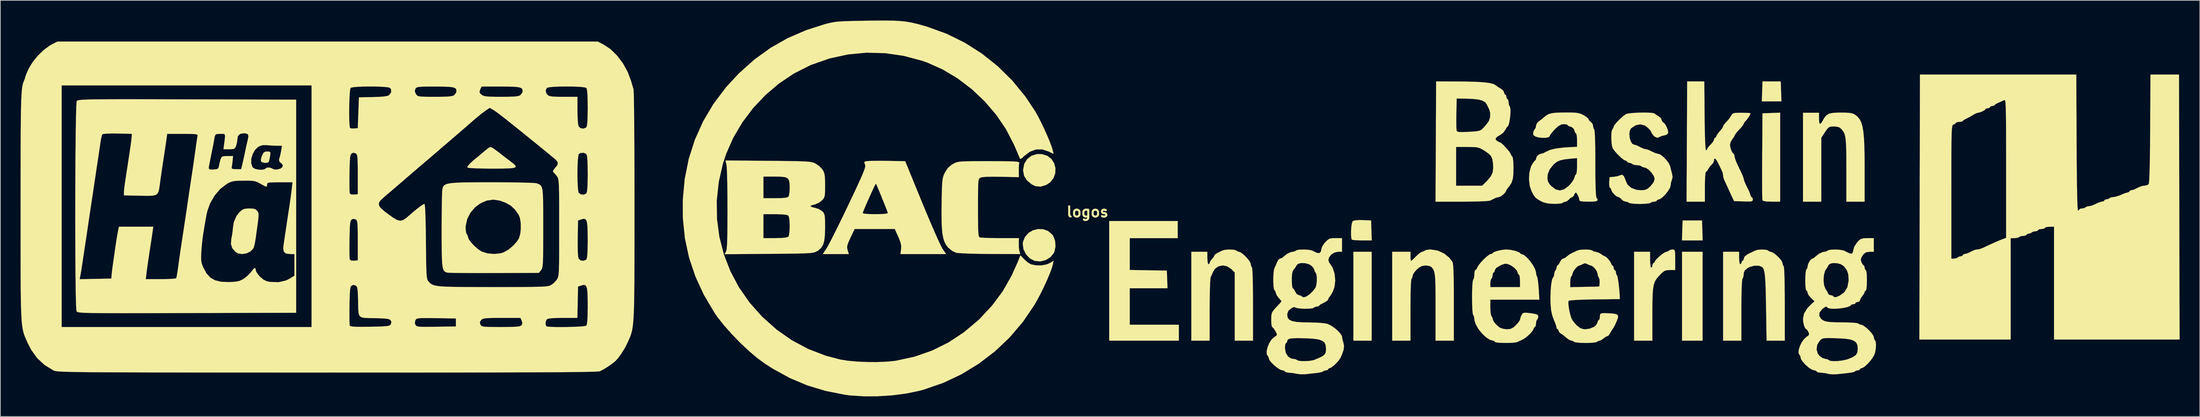
<source format=kicad_pcb>
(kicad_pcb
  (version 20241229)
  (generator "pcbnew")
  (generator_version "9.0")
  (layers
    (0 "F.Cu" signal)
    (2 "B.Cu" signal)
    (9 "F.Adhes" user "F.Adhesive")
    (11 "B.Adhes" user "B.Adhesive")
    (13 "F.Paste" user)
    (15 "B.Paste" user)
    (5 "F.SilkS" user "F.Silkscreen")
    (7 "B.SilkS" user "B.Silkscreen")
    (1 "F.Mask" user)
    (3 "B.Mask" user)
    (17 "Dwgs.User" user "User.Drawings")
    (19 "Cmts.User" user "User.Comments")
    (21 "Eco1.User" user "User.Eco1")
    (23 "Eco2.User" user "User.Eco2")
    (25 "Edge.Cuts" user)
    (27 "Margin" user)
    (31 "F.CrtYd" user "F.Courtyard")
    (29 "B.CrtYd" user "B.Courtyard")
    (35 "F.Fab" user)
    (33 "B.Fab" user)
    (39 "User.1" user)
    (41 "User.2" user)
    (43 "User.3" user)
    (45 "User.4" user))
  (footprint "logos"
    (layer "F.Cu")
    (at 158.332 28.436)
    (property "Reference" "logos" (at 0 0 0) (layer "F.SilkS") (effects (font (size 1.524 1.524) (thickness 0.3))))
    (attr through_hole)
    (fp_poly (pts (xy 42.164 19.135) (xy 39.455 19.135) (xy 39.455 5.927) (xy 42.164 5.927) (xy 42.164 19.135)) (stroke (width 0.01) (type solid)) (fill yes) (layer "F.SilkS"))
    (fp_poly (pts (xy 91.271 19.135) (xy 88.223 19.135) (xy 88.223 5.927) (xy 91.271 5.927) (xy 91.271 19.135)) (stroke (width 0.01) (type solid)) (fill yes) (layer "F.SilkS"))
    (fp_poly (pts (xy 91.235 2.752) (xy 91.284 4.233) (xy 88.209 4.233) (xy 88.258 2.752) (xy 88.307 1.27) (xy 91.186 1.27) (xy 91.235 2.752)) (stroke (width 0.01) (type solid)) (fill yes) (layer "F.SilkS"))
    (fp_poly (pts (xy 102.919 -17.907) (xy 102.968 -16.425) (xy 100.063 -16.425) (xy 100.112 -17.907) (xy 100.161 -19.389) (xy 102.87 -19.389) (xy 102.919 -17.907)) (stroke (width 0.01) (type solid)) (fill yes) (layer "F.SilkS"))
    (fp_poly (pts (xy 13.377 3.895) (xy 6.265 3.895) (xy 6.265 8.628) (xy 9.017 8.674) (xy 11.769 8.721) (xy 11.818 10.033) (xy 11.868 11.345) (xy 6.265 11.345) (xy 6.265 16.764) (xy 13.547 16.764) (xy 13.547 19.135) (xy 3.217 19.135) (xy 3.217 1.355) (xy 13.377 1.355) (xy 13.377 3.895)) (stroke (width 0.01) (type solid)) (fill yes) (layer "F.SilkS"))
    (fp_poly (pts (xy 102.785 -1.524) (xy 101.51 -1.524) (xy 100.74 -1.551) (xy 100.29 -1.633) (xy 100.153 -1.736) (xy 100.136 -1.949) (xy 100.122 -2.461) (xy 100.112 -3.234) (xy 100.107 -4.23) (xy 100.105 -5.41) (xy 100.108 -6.736) (xy 100.115 -8.167) (xy 100.116 -8.298) (xy 100.161 -14.647) (xy 101.473 -14.697) (xy 102.785 -14.746) (xy 102.785 -1.524)) (stroke (width 0.01) (type solid)) (fill yes) (layer "F.SilkS"))
    (fp_poly (pts (xy -121.398 -8.958) (xy -121.264 -8.845) (xy -121.271 -8.541) (xy -121.312 -8.271) (xy -121.402 -7.799) (xy -121.49 -7.474) (xy -121.513 -7.424) (xy -121.758 -7.298) (xy -122.145 -7.292) (xy -122.504 -7.39) (xy -122.657 -7.531) (xy -122.658 -7.842) (xy -122.539 -8.289) (xy -122.503 -8.378) (xy -122.286 -8.782) (xy -122.018 -8.949) (xy -121.727 -8.975) (xy -121.398 -8.958)) (stroke (width 0.01) (type solid)) (fill yes) (layer "F.SilkS"))
    (fp_poly (pts (xy 40.836 1.22) (xy 42.079 1.27) (xy 42.128 2.752) (xy 42.177 4.233) (xy 40.759 4.233) (xy 40.097 4.221) (xy 39.57 4.187) (xy 39.266 4.139) (xy 39.229 4.12) (xy 39.143 3.86) (xy 39.106 3.375) (xy 39.112 2.775) (xy 39.156 2.17) (xy 39.233 1.669) (xy 39.339 1.383) (xy 39.354 1.368) (xy 39.674 1.261) (xy 40.266 1.213) (xy 40.836 1.22)) (stroke (width 0.01) (type solid)) (fill yes) (layer "F.SilkS"))
    (fp_poly (pts (xy -6.767 -8.589) (xy -5.969 -8.337) (xy -5.363 -7.864) (xy -4.958 -7.233) (xy -4.764 -6.508) (xy -4.789 -5.753) (xy -5.043 -5.031) (xy -5.536 -4.405) (xy -6.099 -4.022) (xy -6.937 -3.756) (xy -7.724 -3.824) (xy -8.299 -4.106) (xy -9.006 -4.704) (xy -9.412 -5.355) (xy -9.554 -6.125) (xy -9.555 -6.265) (xy -9.392 -7.134) (xy -8.962 -7.839) (xy -8.317 -8.339) (xy -7.504 -8.592) (xy -6.767 -8.589)) (stroke (width 0.01) (type solid)) (fill yes) (layer "F.SilkS"))
    (fp_poly (pts (xy -6.578 2.578) (xy -5.857 2.842) (xy -5.253 3.352) (xy -5.073 3.607) (xy -4.813 4.307) (xy -4.755 5.121) (xy -4.904 5.889) (xy -4.993 6.091) (xy -5.497 6.722) (xy -6.204 7.157) (xy -7.017 7.357) (xy -7.837 7.28) (xy -7.856 7.274) (xy -8.57 6.9) (xy -9.137 6.294) (xy -9.502 5.548) (xy -9.61 4.75) (xy -9.58 4.493) (xy -9.286 3.723) (xy -8.771 3.134) (xy -8.103 2.737) (xy -7.349 2.547) (xy -6.578 2.578)) (stroke (width 0.01) (type solid)) (fill yes) (layer "F.SilkS"))
    (fp_poly (pts (xy -88.365 -9.553) (xy -87.967 -9.293) (xy -87.472 -8.925) (xy -87.419 -8.883) (xy -86.784 -8.387) (xy -86.115 -7.872) (xy -85.64 -7.512) (xy -85.211 -7.181) (xy -84.936 -6.925) (xy -84.842 -6.736) (xy -84.953 -6.602) (xy -85.294 -6.515) (xy -85.891 -6.465) (xy -86.768 -6.442) (xy -87.952 -6.435) (xy -88.382 -6.435) (xy -89.594 -6.443) (xy -90.599 -6.465) (xy -91.362 -6.501) (xy -91.851 -6.548) (xy -92.031 -6.602) (xy -91.968 -6.81) (xy -91.652 -7.178) (xy -91.108 -7.679) (xy -90.455 -8.213) (xy -90.057 -8.538) (xy -89.572 -8.95) (xy -89.399 -9.102) (xy -88.998 -9.423) (xy -88.681 -9.621) (xy -88.583 -9.652) (xy -88.365 -9.553)) (stroke (width 0.01) (type solid)) (fill yes) (layer "F.SilkS"))
    (fp_poly (pts (xy -123.806 -0.484) (xy -123.466 -0.389) (xy -123.244 -0.186) (xy -123.195 -0.116) (xy -123.11 0.015) (xy -123.05 0.143) (xy -123.018 0.315) (xy -123.017 0.577) (xy -123.049 0.973) (xy -123.117 1.549) (xy -123.224 2.351) (xy -123.373 3.426) (xy -123.445 3.94) (xy -123.551 4.572) (xy -123.67 5.102) (xy -123.772 5.398) (xy -124.185 5.855) (xy -124.782 6.151) (xy -125.45 6.26) (xy -126.077 6.159) (xy -126.414 5.965) (xy -126.907 5.404) (xy -127.111 4.761) (xy -127.047 3.964) (xy -127.029 3.881) (xy -126.911 3.269) (xy -126.84 2.703) (xy -126.831 2.504) (xy -126.69 1.536) (xy -126.302 0.632) (xy -125.858 0.054) (xy -125.479 -0.282) (xy -125.123 -0.45) (xy -124.64 -0.505) (xy -124.374 -0.508) (xy -123.806 -0.484)) (stroke (width 0.01) (type solid)) (fill yes) (layer "F.SilkS"))
    (fp_poly (pts (xy 86.989 5.601) (xy 87.111 5.685) (xy 87.176 5.903) (xy 87.202 6.322) (xy 87.207 7.006) (xy 87.207 7.112) (xy 87.207 8.636) (xy 86.416 8.636) (xy 85.935 8.663) (xy 85.579 8.787) (xy 85.221 9.07) (xy 84.934 9.36) (xy 84.603 9.724) (xy 84.345 10.07) (xy 84.151 10.445) (xy 84.011 10.898) (xy 83.917 11.474) (xy 83.86 12.221) (xy 83.831 13.188) (xy 83.821 14.42) (xy 83.82 15.21) (xy 83.82 19.135) (xy 81.111 19.135) (xy 81.111 5.927) (xy 83.481 5.927) (xy 83.481 7.112) (xy 83.504 7.72) (xy 83.564 8.14) (xy 83.651 8.297) (xy 83.651 8.297) (xy 83.788 8.156) (xy 83.82 7.959) (xy 83.891 7.684) (xy 83.989 7.62) (xy 84.151 7.489) (xy 84.159 7.431) (xy 84.284 7.196) (xy 84.601 6.853) (xy 85.016 6.479) (xy 85.441 6.155) (xy 85.782 5.959) (xy 85.884 5.934) (xy 86.191 5.839) (xy 86.275 5.757) (xy 86.509 5.626) (xy 86.793 5.588) (xy 86.989 5.601)) (stroke (width 0.01) (type solid)) (fill yes) (layer "F.SilkS"))
    (fp_poly (pts (xy 112.577 -14.744) (xy 113.135 -14.706) (xy 113.521 -14.625) (xy 113.818 -14.488) (xy 113.958 -14.396) (xy 114.304 -14.105) (xy 114.587 -13.749) (xy 114.814 -13.293) (xy 114.99 -12.705) (xy 115.122 -11.95) (xy 115.214 -10.995) (xy 115.274 -9.805) (xy 115.306 -8.348) (xy 115.316 -6.588) (xy 115.316 -6.432) (xy 115.316 -1.524) (xy 112.607 -1.524) (xy 112.607 -6.257) (xy 112.604 -7.736) (xy 112.593 -8.918) (xy 112.569 -9.843) (xy 112.526 -10.554) (xy 112.46 -11.091) (xy 112.365 -11.495) (xy 112.237 -11.809) (xy 112.07 -12.072) (xy 111.868 -12.319) (xy 111.533 -12.581) (xy 111.064 -12.687) (xy 110.757 -12.697) (xy 110.311 -12.677) (xy 110.013 -12.575) (xy 109.755 -12.322) (xy 109.432 -11.852) (xy 108.881 -11.011) (xy 108.881 -1.524) (xy 106.172 -1.524) (xy 106.172 -14.732) (xy 108.543 -14.732) (xy 108.543 -13.885) (xy 108.576 -13.315) (xy 108.679 -13.074) (xy 108.853 -13.162) (xy 109.064 -13.504) (xy 109.374 -14.041) (xy 109.695 -14.399) (xy 110.104 -14.613) (xy 110.678 -14.719) (xy 111.491 -14.753) (xy 111.764 -14.754) (xy 112.577 -14.744)) (stroke (width 0.01) (type solid)) (fill yes) (layer "F.SilkS"))
    (fp_poly (pts (xy 21.417 5.601) (xy 21.861 5.653) (xy 22.095 5.753) (xy 22.098 5.757) (xy 22.341 5.909) (xy 22.469 5.927) (xy 22.776 6.053) (xy 23.187 6.373) (xy 23.617 6.799) (xy 23.98 7.243) (xy 24.191 7.618) (xy 24.215 7.735) (xy 24.283 8.077) (xy 24.384 8.213) (xy 24.435 8.413) (xy 24.477 8.935) (xy 24.51 9.764) (xy 24.535 10.881) (xy 24.549 12.272) (xy 24.553 13.726) (xy 24.553 19.135) (xy 21.844 19.135) (xy 21.844 9.001) (xy 21.323 8.48) (xy 20.733 8.086) (xy 20.08 7.956) (xy 19.448 8.077) (xy 18.925 8.435) (xy 18.642 8.882) (xy 18.445 9.341) (xy 18.277 9.692) (xy 18.235 9.934) (xy 18.197 10.468) (xy 18.165 11.245) (xy 18.14 12.219) (xy 18.124 13.342) (xy 18.119 14.56) (xy 18.119 19.135) (xy 15.409 19.135) (xy 15.409 5.927) (xy 17.78 5.927) (xy 17.78 6.858) (xy 17.808 7.368) (xy 17.88 7.706) (xy 17.949 7.789) (xy 18.104 7.654) (xy 18.119 7.562) (xy 18.235 7.285) (xy 18.457 7.027) (xy 18.711 6.73) (xy 18.796 6.522) (xy 18.934 6.316) (xy 19.262 6.105) (xy 19.704 5.894) (xy 20.021 5.738) (xy 20.376 5.642) (xy 20.881 5.596) (xy 21.417 5.601)) (stroke (width 0.01) (type solid)) (fill yes) (layer "F.SilkS"))
    (fp_poly (pts (xy 51.949 5.743) (xy 52.891 6.17) (xy 53.69 6.812) (xy 54.144 7.415) (xy 54.206 7.619) (xy 54.256 8.007) (xy 54.295 8.607) (xy 54.324 9.443) (xy 54.343 10.543) (xy 54.353 11.931) (xy 54.356 13.46) (xy 54.356 19.135) (xy 51.647 19.135) (xy 51.647 14.137) (xy 51.645 12.654) (xy 51.637 11.471) (xy 51.618 10.546) (xy 51.585 9.841) (xy 51.533 9.315) (xy 51.459 8.929) (xy 51.357 8.643) (xy 51.224 8.417) (xy 51.055 8.212) (xy 51.024 8.177) (xy 50.734 8.035) (xy 50.272 7.961) (xy 50.168 7.959) (xy 49.651 8.028) (xy 49.187 8.279) (xy 48.886 8.532) (xy 48.52 8.933) (xy 48.294 9.308) (xy 48.26 9.453) (xy 48.186 9.785) (xy 48.091 9.906) (xy 48.037 10.108) (xy 47.992 10.628) (xy 47.958 11.444) (xy 47.934 12.537) (xy 47.923 13.886) (xy 47.921 14.573) (xy 47.921 19.135) (xy 45.212 19.135) (xy 45.212 5.927) (xy 47.921 5.927) (xy 47.921 6.604) (xy 47.942 7.028) (xy 47.992 7.264) (xy 48.013 7.281) (xy 48.17 7.169) (xy 48.48 6.879) (xy 48.749 6.604) (xy 49.154 6.226) (xy 49.507 5.981) (xy 49.663 5.927) (xy 49.963 5.833) (xy 50.038 5.757) (xy 50.255 5.658) (xy 50.69 5.597) (xy 50.963 5.588) (xy 51.949 5.743)) (stroke (width 0.01) (type solid)) (fill yes) (layer "F.SilkS"))
    (fp_poly (pts (xy 100.473 5.607) (xy 100.866 5.674) (xy 101.007 5.757) (xy 101.25 5.91) (xy 101.398 5.934) (xy 101.724 6.06) (xy 102.149 6.37) (xy 102.583 6.777) (xy 102.936 7.193) (xy 103.116 7.531) (xy 103.124 7.591) (xy 103.198 7.923) (xy 103.293 8.043) (xy 103.344 8.243) (xy 103.386 8.766) (xy 103.419 9.595) (xy 103.443 10.715) (xy 103.458 12.109) (xy 103.463 13.641) (xy 103.463 19.135) (xy 100.768 19.135) (xy 100.696 14.436) (xy 100.668 12.833) (xy 100.636 11.535) (xy 100.596 10.508) (xy 100.545 9.717) (xy 100.479 9.129) (xy 100.397 8.709) (xy 100.293 8.424) (xy 100.166 8.24) (xy 100.095 8.177) (xy 99.609 7.992) (xy 98.972 7.988) (xy 98.314 8.158) (xy 97.959 8.34) (xy 97.554 8.666) (xy 97.388 9.015) (xy 97.369 9.261) (xy 97.319 9.668) (xy 97.202 9.903) (xy 97.197 9.906) (xy 97.143 10.108) (xy 97.099 10.628) (xy 97.065 11.444) (xy 97.041 12.537) (xy 97.029 13.886) (xy 97.028 14.573) (xy 97.028 19.135) (xy 94.319 19.135) (xy 94.319 5.927) (xy 96.689 5.927) (xy 96.689 6.858) (xy 96.717 7.368) (xy 96.789 7.706) (xy 96.859 7.789) (xy 97.009 7.652) (xy 97.028 7.535) (xy 97.119 7.31) (xy 97.197 7.281) (xy 97.346 7.143) (xy 97.367 7.015) (xy 97.496 6.654) (xy 97.908 6.319) (xy 98.298 6.119) (xy 98.751 5.908) (xy 99.1 5.738) (xy 99.464 5.637) (xy 99.964 5.594) (xy 100.473 5.607)) (stroke (width 0.01) (type solid)) (fill yes) (layer "F.SilkS"))
    (fp_poly (pts (xy -29.978 -7.587) (xy -27.057 -7.535) (xy -24.548 -1.404) (xy -23.973 -0.012) (xy -23.417 1.309) (xy -22.897 2.519) (xy -22.431 3.579) (xy -22.037 4.45) (xy -21.731 5.092) (xy -21.53 5.465) (xy -21.51 5.497) (xy -20.981 6.265) (xy -27.764 6.265) (xy -27.668 5.546) (xy -27.647 5.062) (xy -27.74 4.567) (xy -27.974 3.941) (xy -28.087 3.683) (xy -28.603 2.54) (xy -34.561 2.54) (xy -35.17 3.822) (xy -35.47 4.479) (xy -35.632 4.929) (xy -35.68 5.263) (xy -35.632 5.575) (xy -35.6 5.685) (xy -35.422 6.265) (xy -39.289 6.265) (xy -38.702 5.376) (xy -38.493 5.017) (xy -38.161 4.392) (xy -37.728 3.544) (xy -37.213 2.515) (xy -36.638 1.345) (xy -36.067 0.167) (xy -33.359 0.167) (xy -33.196 0.246) (xy -32.733 0.303) (xy -32.008 0.334) (xy -31.496 0.339) (xy -30.637 0.324) (xy -30.021 0.281) (xy -29.685 0.214) (xy -29.633 0.167) (xy -29.694 -0.03) (xy -29.857 -0.466) (xy -30.094 -1.07) (xy -30.374 -1.77) (xy -30.668 -2.495) (xy -30.948 -3.171) (xy -31.185 -3.727) (xy -31.348 -4.091) (xy -31.403 -4.194) (xy -31.485 -4.071) (xy -31.67 -3.703) (xy -31.929 -3.156) (xy -32.231 -2.497) (xy -32.548 -1.792) (xy -32.848 -1.108) (xy -33.103 -0.51) (xy -33.283 -0.065) (xy -33.358 0.16) (xy -33.359 0.167) (xy -36.067 0.167) (xy -36.023 0.076) (xy -35.464 -1.094) (xy -34.763 -2.574) (xy -34.198 -3.78) (xy -33.757 -4.741) (xy -33.428 -5.486) (xy -33.198 -6.045) (xy -33.055 -6.448) (xy -32.987 -6.724) (xy -32.981 -6.902) (xy -33.015 -6.998) (xy -33.121 -7.34) (xy -33.058 -7.48) (xy -32.839 -7.532) (xy -32.333 -7.57) (xy -31.593 -7.592) (xy -30.669 -7.595) (xy -29.978 -7.587)) (stroke (width 0.01) (type solid)) (fill yes) (layer "F.SilkS"))
    (fp_poly (pts (xy -13.272 -7.533) (xy -12.2 -7.526) (xy -11.395 -7.512) (xy -10.823 -7.488) (xy -10.448 -7.453) (xy -10.235 -7.405) (xy -10.148 -7.341) (xy -10.145 -7.281) (xy -10.182 -6.976) (xy -10.203 -6.467) (xy -10.204 -6.096) (xy -10.194 -5.165) (xy -12.87 -5.222) (xy -14.112 -5.234) (xy -15.042 -5.212) (xy -15.652 -5.156) (xy -15.901 -5.089) (xy -16.01 -5.019) (xy -16.094 -4.916) (xy -16.156 -4.737) (xy -16.2 -4.442) (xy -16.229 -3.991) (xy -16.245 -3.344) (xy -16.253 -2.458) (xy -16.256 -1.295) (xy -16.256 -0.605) (xy -16.254 0.727) (xy -16.246 1.759) (xy -16.23 2.53) (xy -16.203 3.077) (xy -16.163 3.439) (xy -16.108 3.656) (xy -16.036 3.764) (xy -15.988 3.792) (xy -15.734 3.827) (xy -15.205 3.856) (xy -14.465 3.879) (xy -13.576 3.892) (xy -12.948 3.895) (xy -10.176 3.895) (xy -10.21 4.614) (xy -10.201 5.194) (xy -10.135 5.715) (xy -10.114 5.8) (xy -9.984 6.265) (xy -14.432 6.248) (xy -15.662 6.237) (xy -16.81 6.215) (xy -17.824 6.184) (xy -18.651 6.146) (xy -19.238 6.103) (xy -19.51 6.063) (xy -20.079 5.794) (xy -20.642 5.336) (xy -20.719 5.254) (xy -21.016 4.864) (xy -21.249 4.397) (xy -21.425 3.814) (xy -21.549 3.075) (xy -21.626 2.14) (xy -21.661 0.97) (xy -21.662 -0.476) (xy -21.648 -1.416) (xy -21.625 -2.615) (xy -21.6 -3.528) (xy -21.568 -4.209) (xy -21.521 -4.711) (xy -21.456 -5.089) (xy -21.364 -5.394) (xy -21.242 -5.682) (xy -21.164 -5.842) (xy -20.738 -6.516) (xy -20.186 -6.99) (xy -19.981 -7.112) (xy -19.748 -7.238) (xy -19.526 -7.336) (xy -19.272 -7.41) (xy -18.942 -7.463) (xy -18.491 -7.498) (xy -17.877 -7.52) (xy -17.055 -7.531) (xy -15.98 -7.535) (xy -14.647 -7.535) (xy -13.272 -7.533)) (stroke (width 0.01) (type solid)) (fill yes) (layer "F.SilkS"))
    (fp_poly (pts (xy -86.905 -4.399) (xy -85.569 -4.387) (xy -84.368 -4.368) (xy -83.344 -4.344) (xy -82.537 -4.315) (xy -81.988 -4.282) (xy -81.741 -4.248) (xy -81.49 -4.151) (xy -81.287 -4.05) (xy -81.126 -3.91) (xy -81.002 -3.697) (xy -80.912 -3.377) (xy -80.849 -2.917) (xy -80.808 -2.281) (xy -80.785 -1.437) (xy -80.775 -0.35) (xy -80.772 1.014) (xy -80.772 2.364) (xy -80.773 3.938) (xy -80.777 5.21) (xy -80.786 6.213) (xy -80.801 6.984) (xy -80.825 7.557) (xy -80.86 7.97) (xy -80.906 8.255) (xy -80.967 8.45) (xy -81.043 8.59) (xy -81.096 8.66) (xy -81.419 9.059) (xy -87.996 9.081) (xy -89.469 9.084) (xy -90.847 9.084) (xy -92.09 9.079) (xy -93.159 9.071) (xy -94.015 9.06) (xy -94.618 9.047) (xy -94.929 9.031) (xy -94.952 9.028) (xy -95.185 8.97) (xy -95.373 8.876) (xy -95.521 8.714) (xy -95.634 8.45) (xy -95.717 8.051) (xy -95.775 7.482) (xy -95.811 6.711) (xy -95.832 5.705) (xy -95.841 4.43) (xy -95.843 2.853) (xy -95.843 2.693) (xy -95.842 2.359) (xy -92.287 2.359) (xy -92.255 2.864) (xy -92.175 3.217) (xy -92.117 3.302) (xy -91.971 3.543) (xy -91.948 3.711) (xy -91.821 4.063) (xy -91.486 4.529) (xy -91.019 5.033) (xy -90.489 5.498) (xy -89.972 5.849) (xy -89.877 5.898) (xy -89.037 6.164) (xy -88.07 6.253) (xy -87.134 6.16) (xy -86.631 6.007) (xy -85.918 5.598) (xy -85.213 5.009) (xy -84.633 4.347) (xy -84.372 3.918) (xy -84.178 3.277) (xy -84.09 2.479) (xy -84.106 1.647) (xy -84.224 0.904) (xy -84.416 0.417) (xy -84.974 -0.362) (xy -85.579 -0.928) (xy -86.334 -1.356) (xy -87.19 -1.677) (xy -88.172 -1.828) (xy -89.152 -1.684) (xy -90.08 -1.283) (xy -90.907 -0.667) (xy -91.582 0.127) (xy -92.055 1.057) (xy -92.277 2.085) (xy -92.287 2.359) (xy -95.842 2.359) (xy -95.84 1.334) (xy -95.831 0.064) (xy -95.817 -1.072) (xy -95.799 -2.029) (xy -95.778 -2.762) (xy -95.753 -3.227) (xy -95.739 -3.355) (xy -95.676 -3.61) (xy -95.577 -3.82) (xy -95.413 -3.989) (xy -95.151 -4.122) (xy -94.762 -4.223) (xy -94.214 -4.296) (xy -93.476 -4.346) (xy -92.518 -4.378) (xy -91.309 -4.395) (xy -89.817 -4.402) (xy -88.335 -4.403) (xy -86.905 -4.399)) (stroke (width 0.01) (type solid)) (fill yes) (layer "F.SilkS"))
    (fp_poly (pts (xy -47.392 -7.589) (xy -45.751 -7.574) (xy -44.414 -7.559) (xy -43.344 -7.541) (xy -42.506 -7.519) (xy -41.865 -7.491) (xy -41.384 -7.454) (xy -41.029 -7.407) (xy -40.764 -7.347) (xy -40.554 -7.273) (xy -40.388 -7.197) (xy -39.86 -6.84) (xy -39.405 -6.385) (xy -39.33 -6.283) (xy -39.153 -5.978) (xy -39.04 -5.649) (xy -38.978 -5.212) (xy -38.951 -4.582) (xy -38.947 -3.941) (xy -38.951 -3.146) (xy -38.975 -2.612) (xy -39.035 -2.26) (xy -39.148 -2.013) (xy -39.33 -1.793) (xy -39.429 -1.693) (xy -39.913 -1.339) (xy -40.463 -1.109) (xy -40.53 -1.094) (xy -40.992 -0.969) (xy -41.118 -0.837) (xy -40.908 -0.71) (xy -40.459 -0.61) (xy -39.876 -0.425) (xy -39.39 -0.119) (xy -39.358 -0.089) (xy -39.183 0.107) (xy -39.066 0.323) (xy -38.995 0.627) (xy -38.96 1.09) (xy -38.948 1.781) (xy -38.947 2.323) (xy -38.973 3.435) (xy -39.066 4.27) (xy -39.245 4.888) (xy -39.53 5.348) (xy -39.943 5.71) (xy -40.151 5.842) (xy -40.312 5.928) (xy -40.499 5.999) (xy -40.745 6.056) (xy -41.084 6.101) (xy -41.551 6.136) (xy -42.18 6.164) (xy -43.005 6.185) (xy -44.061 6.202) (xy -45.381 6.216) (xy -47 6.23) (xy -47.297 6.232) (xy -53.87 6.284) (xy -53.647 5.894) (xy -53.584 5.707) (xy -53.534 5.37) (xy -53.494 4.854) (xy -53.465 4.13) (xy -53.444 3.168) (xy -53.431 1.94) (xy -53.425 0.416) (xy -53.425 0.339) (xy -48.091 0.339) (xy -48.091 3.895) (xy -46.347 3.895) (xy -45.405 3.873) (xy -44.756 3.811) (xy -44.42 3.709) (xy -44.399 3.691) (xy -44.289 3.406) (xy -44.219 2.842) (xy -44.196 2.117) (xy -44.222 1.348) (xy -44.295 0.801) (xy -44.399 0.542) (xy -44.69 0.435) (xy -45.297 0.366) (xy -46.198 0.339) (xy -46.347 0.339) (xy -48.091 0.339) (xy -53.425 0.339) (xy -53.425 -0.423) (xy -53.429 -1.837) (xy -53.441 -3.166) (xy -53.459 -4.369) (xy -53.48 -5.249) (xy -48.091 -5.249) (xy -48.091 -2.032) (xy -46.347 -2.032) (xy -45.405 -2.053) (xy -44.756 -2.116) (xy -44.42 -2.218) (xy -44.399 -2.235) (xy -44.288 -2.514) (xy -44.216 -3.036) (xy -44.196 -3.578) (xy -44.215 -4.258) (xy -44.306 -4.724) (xy -44.524 -5.015) (xy -44.923 -5.173) (xy -45.555 -5.237) (xy -46.409 -5.249) (xy -48.091 -5.249) (xy -53.48 -5.249) (xy -53.483 -5.399) (xy -53.512 -6.215) (xy -53.545 -6.77) (xy -53.573 -6.996) (xy -53.721 -7.642) (xy -47.392 -7.589)) (stroke (width 0.01) (type solid)) (fill yes) (layer "F.SilkS"))
    (fp_poly (pts (xy 91.569 -14.266) (xy 91.588 -12.722) (xy 91.616 -11.431) (xy 91.65 -10.41) (xy 91.692 -9.678) (xy 91.739 -9.252) (xy 91.781 -9.144) (xy 91.941 -9.275) (xy 91.948 -9.33) (xy 92.062 -9.554) (xy 92.348 -9.885) (xy 92.456 -9.991) (xy 92.779 -10.354) (xy 92.954 -10.672) (xy 92.964 -10.736) (xy 93.05 -10.972) (xy 93.133 -11.007) (xy 93.291 -11.14) (xy 93.303 -11.218) (xy 93.412 -11.464) (xy 93.684 -11.828) (xy 93.811 -11.971) (xy 94.123 -12.345) (xy 94.302 -12.64) (xy 94.319 -12.708) (xy 94.431 -12.943) (xy 94.71 -13.278) (xy 94.784 -13.352) (xy 95.171 -13.789) (xy 95.476 -14.24) (xy 95.49 -14.266) (xy 95.63 -14.5) (xy 95.805 -14.639) (xy 96.098 -14.707) (xy 96.594 -14.73) (xy 97.057 -14.732) (xy 97.678 -14.722) (xy 98.144 -14.695) (xy 98.372 -14.656) (xy 98.383 -14.645) (xy 98.286 -14.384) (xy 98.053 -14.004) (xy 97.772 -13.641) (xy 97.663 -13.529) (xy 97.431 -13.248) (xy 97.367 -13.082) (xy 97.257 -12.875) (xy 96.973 -12.521) (xy 96.689 -12.212) (xy 96.321 -11.804) (xy 96.075 -11.476) (xy 96.012 -11.338) (xy 95.906 -11.097) (xy 95.673 -10.798) (xy 95.42 -10.377) (xy 95.335 -9.992) (xy 95.394 -9.568) (xy 95.54 -9.12) (xy 95.723 -8.769) (xy 95.885 -8.637) (xy 95.983 -8.492) (xy 96.012 -8.236) (xy 96.087 -7.907) (xy 96.288 -7.377) (xy 96.577 -6.744) (xy 96.689 -6.519) (xy 96.997 -5.891) (xy 97.231 -5.354) (xy 97.356 -4.995) (xy 97.367 -4.925) (xy 97.441 -4.637) (xy 97.636 -4.161) (xy 97.875 -3.668) (xy 98.138 -3.125) (xy 98.322 -2.678) (xy 98.383 -2.445) (xy 98.477 -2.226) (xy 98.552 -2.201) (xy 98.689 -2.059) (xy 98.721 -1.856) (xy 98.698 -1.687) (xy 98.582 -1.588) (xy 98.307 -1.546) (xy 97.805 -1.545) (xy 97.332 -1.559) (xy 95.943 -1.609) (xy 95.659 -2.201) (xy 95.419 -2.716) (xy 95.131 -3.346) (xy 94.998 -3.641) (xy 94.756 -4.175) (xy 94.551 -4.616) (xy 94.469 -4.781) (xy 94.339 -5.207) (xy 94.319 -5.419) (xy 94.243 -5.863) (xy 94.168 -6.056) (xy 94.009 -6.376) (xy 93.773 -6.863) (xy 93.633 -7.154) (xy 93.343 -7.687) (xy 93.125 -7.931) (xy 92.995 -7.875) (xy 92.964 -7.63) (xy 92.837 -7.265) (xy 92.668 -7.079) (xy 92.372 -6.766) (xy 92.131 -6.392) (xy 91.922 -6.066) (xy 91.752 -5.927) (xy 91.75 -5.927) (xy 91.698 -5.768) (xy 91.654 -5.333) (xy 91.624 -4.686) (xy 91.61 -3.888) (xy 91.609 -3.725) (xy 91.609 -1.524) (xy 88.897 -1.524) (xy 88.941 -10.456) (xy 88.985 -19.389) (xy 91.525 -19.389) (xy 91.569 -14.266)) (stroke (width 0.01) (type solid)) (fill yes) (layer "F.SilkS"))
    (fp_poly (pts (xy 54.949 -19.377) (xy 56.57 -19.359) (xy 57.881 -19.316) (xy 58.906 -19.245) (xy 59.674 -19.144) (xy 60.21 -19.01) (xy 60.542 -18.841) (xy 60.572 -18.815) (xy 60.953 -18.532) (xy 61.341 -18.302) (xy 61.671 -18.039) (xy 61.807 -17.751) (xy 61.883 -17.492) (xy 61.976 -17.441) (xy 62.114 -17.3) (xy 62.145 -17.103) (xy 62.216 -16.828) (xy 62.315 -16.764) (xy 62.437 -16.618) (xy 62.484 -16.29) (xy 62.547 -15.874) (xy 62.671 -15.629) (xy 62.748 -15.38) (xy 62.766 -14.918) (xy 62.734 -14.338) (xy 62.662 -13.733) (xy 62.563 -13.196) (xy 62.446 -12.821) (xy 62.337 -12.7) (xy 62.2 -12.563) (xy 62.02 -12.231) (xy 62.015 -12.22) (xy 61.704 -11.784) (xy 61.339 -11.5) (xy 60.799 -11.183) (xy 60.559 -10.93) (xy 60.596 -10.706) (xy 60.728 -10.58) (xy 61.039 -10.388) (xy 61.202 -10.335) (xy 61.412 -10.21) (xy 61.749 -9.9) (xy 62.135 -9.491) (xy 62.494 -9.068) (xy 62.747 -8.717) (xy 62.823 -8.542) (xy 62.944 -8.299) (xy 63.008 -8.264) (xy 63.103 -8.065) (xy 63.169 -7.564) (xy 63.204 -6.796) (xy 63.207 -6.558) (xy 63.19 -5.604) (xy 63.106 -4.9) (xy 62.933 -4.359) (xy 62.647 -3.896) (xy 62.442 -3.651) (xy 62.218 -3.353) (xy 62.145 -3.178) (xy 62.019 -2.928) (xy 61.719 -2.612) (xy 61.364 -2.335) (xy 61.071 -2.203) (xy 61.05 -2.201) (xy 60.685 -2.127) (xy 60.45 -2.032) (xy 60.001 -1.806) (xy 59.777 -1.693) (xy 59.504 -1.641) (xy 58.938 -1.596) (xy 58.121 -1.56) (xy 57.099 -1.536) (xy 55.916 -1.525) (xy 55.542 -1.524) (xy 51.644 -1.524) (xy 51.684 -9.652) (xy 54.695 -9.652) (xy 54.695 -3.895) (xy 58.563 -3.895) (xy 59.314 -4.646) (xy 59.836 -5.261) (xy 60.123 -5.874) (xy 60.209 -6.6) (xy 60.163 -7.293) (xy 60.067 -7.86) (xy 59.885 -8.276) (xy 59.549 -8.635) (xy 58.992 -9.032) (xy 58.849 -9.123) (xy 58.44 -9.369) (xy 58.087 -9.523) (xy 57.693 -9.609) (xy 57.159 -9.644) (xy 56.387 -9.652) (xy 56.355 -9.652) (xy 54.695 -9.652) (xy 51.684 -9.652) (xy 51.688 -10.456) (xy 51.703 -13.711) (xy 54.721 -13.711) (xy 54.725 -12.961) (xy 54.742 -12.392) (xy 54.771 -12.077) (xy 54.778 -12.049) (xy 54.881 -11.938) (xy 55.123 -11.876) (xy 55.563 -11.859) (xy 56.261 -11.882) (xy 56.581 -11.899) (xy 57.359 -11.946) (xy 57.88 -12.001) (xy 58.225 -12.088) (xy 58.475 -12.231) (xy 58.712 -12.455) (xy 58.82 -12.572) (xy 59.196 -13.01) (xy 59.497 -13.411) (xy 59.563 -13.516) (xy 59.739 -14.064) (xy 59.756 -14.702) (xy 59.625 -15.2) (xy 59.438 -15.582) (xy 59.278 -15.922) (xy 59.013 -16.289) (xy 58.578 -16.547) (xy 57.927 -16.713) (xy 57.014 -16.8) (xy 56.435 -16.819) (xy 54.779 -16.849) (xy 54.732 -14.571) (xy 54.721 -13.711) (xy 51.703 -13.711) (xy 51.731 -19.389) (xy 54.949 -19.377)) (stroke (width 0.01) (type solid)) (fill yes) (layer "F.SilkS"))
    (fp_poly (pts (xy 62.669 5.629) (xy 63.233 5.734) (xy 63.737 5.876) (xy 64.083 6.029) (xy 64.177 6.137) (xy 64.313 6.255) (xy 64.398 6.265) (xy 64.759 6.406) (xy 65.2 6.775) (xy 65.661 7.293) (xy 66.079 7.881) (xy 66.394 8.46) (xy 66.543 8.951) (xy 66.548 9.031) (xy 66.608 9.406) (xy 66.696 9.576) (xy 66.769 9.805) (xy 66.845 10.291) (xy 66.913 10.95) (xy 66.945 11.388) (xy 67.047 13.039) (xy 59.775 13.039) (xy 59.775 14.214) (xy 59.797 14.815) (xy 59.857 15.273) (xy 59.941 15.492) (xy 59.944 15.494) (xy 60.093 15.736) (xy 60.114 15.885) (xy 60.243 16.24) (xy 60.57 16.669) (xy 61.007 17.066) (xy 61.256 17.23) (xy 61.677 17.371) (xy 62.217 17.44) (xy 62.295 17.441) (xy 62.779 17.386) (xy 63.188 17.172) (xy 63.568 16.832) (xy 63.918 16.444) (xy 64.139 16.128) (xy 64.177 16.019) (xy 64.245 15.726) (xy 64.389 15.367) (xy 64.553 15.093) (xy 64.776 14.981) (xy 65.176 14.986) (xy 65.362 15.006) (xy 66.092 15.099) (xy 66.547 15.192) (xy 66.788 15.307) (xy 66.878 15.468) (xy 66.887 15.572) (xy 66.808 15.895) (xy 66.717 16.002) (xy 66.595 16.231) (xy 66.548 16.605) (xy 66.498 16.957) (xy 66.379 17.103) (xy 66.223 17.237) (xy 66.209 17.321) (xy 66.084 17.606) (xy 65.766 17.999) (xy 65.338 18.416) (xy 64.886 18.773) (xy 64.594 18.943) (xy 64.144 19.155) (xy 63.799 19.324) (xy 63.497 19.398) (xy 62.992 19.446) (xy 62.37 19.469) (xy 61.719 19.468) (xy 61.126 19.443) (xy 60.677 19.394) (xy 60.46 19.323) (xy 60.452 19.304) (xy 60.315 19.154) (xy 60.196 19.135) (xy 59.682 18.99) (xy 59.104 18.604) (xy 58.526 18.049) (xy 58.01 17.399) (xy 57.62 16.726) (xy 57.418 16.103) (xy 57.404 15.922) (xy 57.351 15.533) (xy 57.235 15.325) (xy 57.169 15.119) (xy 57.117 14.62) (xy 57.082 13.874) (xy 57.066 12.927) (xy 57.065 12.7) (xy 57.076 11.715) (xy 57.108 10.922) (xy 57.137 10.593) (xy 59.775 10.593) (xy 59.775 11.176) (xy 64.177 11.176) (xy 64.177 10.245) (xy 64.149 9.735) (xy 64.078 9.396) (xy 64.008 9.313) (xy 63.859 9.176) (xy 63.839 9.052) (xy 63.697 8.7) (xy 63.331 8.305) (xy 62.829 7.952) (xy 62.549 7.815) (xy 62.188 7.701) (xy 61.856 7.719) (xy 61.414 7.884) (xy 61.236 7.966) (xy 60.681 8.294) (xy 60.457 8.601) (xy 60.452 8.655) (xy 60.377 8.92) (xy 60.283 8.975) (xy 60.154 9.119) (xy 60.113 9.388) (xy 60.051 9.747) (xy 59.944 9.906) (xy 59.829 10.131) (xy 59.775 10.542) (xy 59.775 10.593) (xy 57.137 10.593) (xy 57.156 10.366) (xy 57.219 10.093) (xy 57.235 10.075) (xy 57.343 9.853) (xy 57.401 9.432) (xy 57.404 9.303) (xy 57.44 8.883) (xy 57.528 8.652) (xy 57.562 8.636) (xy 57.732 8.496) (xy 57.833 8.279) (xy 58.023 7.94) (xy 58.373 7.5) (xy 58.809 7.036) (xy 59.253 6.625) (xy 59.629 6.344) (xy 59.828 6.265) (xy 60.073 6.203) (xy 60.113 6.137) (xy 60.265 5.996) (xy 60.654 5.843) (xy 61.18 5.707) (xy 61.743 5.614) (xy 62.145 5.588) (xy 62.669 5.629)) (stroke (width 0.01) (type solid)) (fill yes) (layer "F.SilkS"))
    (fp_poly (pts (xy 71.696 -14.768) (xy 72.334 -14.743) (xy 72.798 -14.683) (xy 73.17 -14.578) (xy 73.534 -14.414) (xy 73.578 -14.392) (xy 74.014 -14.127) (xy 74.289 -13.882) (xy 74.337 -13.78) (xy 74.471 -13.532) (xy 74.676 -13.377) (xy 74.953 -13.064) (xy 75.015 -12.789) (xy 75.078 -12.433) (xy 75.184 -12.277) (xy 75.236 -12.076) (xy 75.28 -11.554) (xy 75.314 -10.731) (xy 75.338 -9.625) (xy 75.351 -8.254) (xy 75.353 -7.197) (xy 75.359 -5.658) (xy 75.376 -4.373) (xy 75.403 -3.358) (xy 75.44 -2.633) (xy 75.487 -2.215) (xy 75.523 -2.117) (xy 75.678 -1.872) (xy 75.692 -1.768) (xy 75.62 -1.642) (xy 75.366 -1.566) (xy 74.872 -1.53) (xy 74.337 -1.524) (xy 73.638 -1.537) (xy 73.218 -1.582) (xy 73.02 -1.67) (xy 72.983 -1.77) (xy 72.916 -2.109) (xy 72.759 -2.496) (xy 72.576 -2.795) (xy 72.459 -2.879) (xy 72.309 -2.739) (xy 72.221 -2.54) (xy 72.048 -2.266) (xy 71.908 -2.201) (xy 71.659 -2.077) (xy 71.459 -1.863) (xy 71.159 -1.598) (xy 70.923 -1.524) (xy 70.615 -1.437) (xy 70.527 -1.355) (xy 70.318 -1.273) (xy 69.865 -1.218) (xy 69.262 -1.2) (xy 69.205 -1.2) (xy 68.364 -1.251) (xy 67.729 -1.395) (xy 67.31 -1.581) (xy 66.797 -1.875) (xy 66.466 -2.138) (xy 66.207 -2.484) (xy 65.913 -3.022) (xy 65.628 -3.853) (xy 65.513 -4.83) (xy 65.527 -5.066) (xy 68.241 -5.066) (xy 68.301 -4.579) (xy 68.527 -4.162) (xy 68.84 -3.816) (xy 69.473 -3.335) (xy 70.1 -3.185) (xy 70.741 -3.366) (xy 71.422 -3.879) (xy 71.443 -3.9) (xy 71.854 -4.368) (xy 72.153 -4.838) (xy 72.247 -5.085) (xy 72.361 -5.439) (xy 72.494 -5.588) (xy 72.496 -5.588) (xy 72.568 -5.743) (xy 72.621 -6.152) (xy 72.644 -6.728) (xy 72.644 -6.788) (xy 72.644 -7.989) (xy 71.67 -7.907) (xy 70.78 -7.807) (xy 70.137 -7.662) (xy 69.652 -7.441) (xy 69.234 -7.115) (xy 69.206 -7.088) (xy 68.603 -6.37) (xy 68.297 -5.625) (xy 68.241 -5.066) (xy 65.527 -5.066) (xy 65.569 -5.822) (xy 65.795 -6.696) (xy 65.902 -6.927) (xy 66.149 -7.338) (xy 66.35 -7.587) (xy 66.41 -7.62) (xy 66.531 -7.758) (xy 66.548 -7.886) (xy 66.692 -8.27) (xy 67.028 -8.562) (xy 67.304 -8.636) (xy 67.638 -8.725) (xy 68 -8.914) (xy 68.64 -9.212) (xy 69.537 -9.428) (xy 70.723 -9.567) (xy 71.247 -9.602) (xy 72.644 -9.677) (xy 72.644 -10.68) (xy 72.618 -11.217) (xy 72.55 -11.579) (xy 72.475 -11.684) (xy 72.326 -11.822) (xy 72.305 -11.95) (xy 72.162 -12.333) (xy 71.828 -12.625) (xy 71.555 -12.7) (xy 71.322 -12.788) (xy 71.289 -12.869) (xy 71.14 -12.981) (xy 70.774 -13.037) (xy 70.696 -13.039) (xy 70.299 -12.987) (xy 69.927 -12.795) (xy 69.478 -12.404) (xy 69.341 -12.267) (xy 68.945 -11.829) (xy 68.669 -11.456) (xy 68.58 -11.251) (xy 68.43 -11.104) (xy 68.049 -11.021) (xy 67.538 -11.004) (xy 66.997 -11.056) (xy 66.529 -11.178) (xy 66.475 -11.202) (xy 66.17 -11.41) (xy 66.128 -11.712) (xy 66.154 -11.837) (xy 66.282 -12.184) (xy 66.405 -12.333) (xy 66.517 -12.526) (xy 66.548 -12.779) (xy 66.682 -13.166) (xy 66.929 -13.425) (xy 67.366 -13.75) (xy 67.657 -13.995) (xy 68.039 -14.308) (xy 68.416 -14.523) (xy 68.867 -14.659) (xy 69.465 -14.733) (xy 70.289 -14.764) (xy 70.802 -14.77) (xy 71.696 -14.768)) (stroke (width 0.01) (type solid)) (fill yes) (layer "F.SilkS"))
    (fp_poly (pts (xy 83.537 -14.73) (xy 83.978 -14.678) (xy 84.144 -14.612) (xy 84.354 -14.444) (xy 84.709 -14.237) (xy 85.039 -13.981) (xy 85.175 -13.706) (xy 85.297 -13.405) (xy 85.416 -13.321) (xy 85.667 -13.09) (xy 85.919 -12.664) (xy 86.107 -12.182) (xy 86.167 -11.779) (xy 86.161 -11.737) (xy 85.948 -11.472) (xy 85.597 -11.375) (xy 85.18 -11.286) (xy 84.929 -11.163) (xy 84.571 -11.014) (xy 84.166 -11.179) (xy 83.967 -11.371) (xy 83.737 -11.674) (xy 83.651 -11.853) (xy 83.528 -12.099) (xy 83.231 -12.428) (xy 82.864 -12.734) (xy 82.688 -12.843) (xy 82.015 -13.022) (xy 81.321 -12.871) (xy 80.652 -12.416) (xy 80.459 -12.062) (xy 80.4 -11.556) (xy 80.456 -10.995) (xy 80.61 -10.481) (xy 80.841 -10.114) (xy 81.101 -9.991) (xy 81.391 -9.92) (xy 81.621 -9.821) (xy 82.069 -9.596) (xy 82.294 -9.483) (xy 82.68 -9.343) (xy 82.881 -9.313) (xy 83.182 -9.234) (xy 83.617 -9.038) (xy 83.735 -8.975) (xy 84.209 -8.755) (xy 84.618 -8.641) (xy 84.685 -8.636) (xy 85.022 -8.506) (xy 85.451 -8.173) (xy 85.887 -7.725) (xy 86.247 -7.248) (xy 86.447 -6.83) (xy 86.453 -6.802) (xy 86.567 -6.321) (xy 86.717 -5.771) (xy 86.726 -5.739) (xy 86.821 -5.176) (xy 86.718 -4.777) (xy 86.575 -4.338) (xy 86.529 -3.933) (xy 86.415 -3.552) (xy 86.122 -3.071) (xy 85.726 -2.576) (xy 85.301 -2.157) (xy 84.923 -1.902) (xy 84.768 -1.863) (xy 84.532 -1.776) (xy 84.497 -1.693) (xy 84.353 -1.565) (xy 84.084 -1.524) (xy 83.725 -1.462) (xy 83.566 -1.355) (xy 83.36 -1.279) (xy 82.899 -1.221) (xy 82.266 -1.189) (xy 81.957 -1.185) (xy 81.275 -1.203) (xy 80.729 -1.251) (xy 80.402 -1.32) (xy 80.349 -1.355) (xy 80.113 -1.49) (xy 79.868 -1.524) (xy 79.479 -1.654) (xy 79.248 -1.863) (xy 78.976 -2.125) (xy 78.78 -2.201) (xy 78.481 -2.329) (xy 78.13 -2.634) (xy 77.84 -2.997) (xy 77.724 -3.294) (xy 77.63 -3.524) (xy 77.545 -3.556) (xy 77.443 -3.711) (xy 77.41 -4.132) (xy 77.418 -4.36) (xy 77.47 -5.165) (xy 78.145 -5.22) (xy 78.633 -5.297) (xy 78.988 -5.421) (xy 79.034 -5.452) (xy 79.322 -5.522) (xy 79.594 -5.309) (xy 79.788 -4.865) (xy 79.808 -4.778) (xy 80.106 -4.089) (xy 80.663 -3.582) (xy 81.436 -3.284) (xy 82.107 -3.217) (xy 82.656 -3.251) (xy 83.048 -3.398) (xy 83.448 -3.728) (xy 83.549 -3.827) (xy 84.014 -4.414) (xy 84.159 -4.911) (xy 84.035 -5.323) (xy 83.723 -5.796) (xy 83.312 -6.23) (xy 82.89 -6.529) (xy 82.628 -6.604) (xy 82.311 -6.686) (xy 82.211 -6.773) (xy 81.986 -6.889) (xy 81.577 -6.942) (xy 81.534 -6.943) (xy 81.116 -6.988) (xy 80.866 -7.099) (xy 80.857 -7.112) (xy 80.618 -7.254) (xy 80.423 -7.281) (xy 80.154 -7.354) (xy 80.095 -7.451) (xy 79.957 -7.6) (xy 79.836 -7.62) (xy 79.585 -7.739) (xy 79.198 -8.046) (xy 78.753 -8.466) (xy 78.328 -8.923) (xy 78.002 -9.344) (xy 77.936 -9.449) (xy 77.83 -9.792) (xy 77.761 -10.321) (xy 77.73 -10.936) (xy 77.738 -11.533) (xy 77.788 -12.011) (xy 77.88 -12.266) (xy 77.893 -12.277) (xy 78.048 -12.521) (xy 78.063 -12.63) (xy 78.182 -12.878) (xy 78.49 -13.263) (xy 78.912 -13.706) (xy 79.373 -14.131) (xy 79.798 -14.461) (xy 79.912 -14.533) (xy 80.219 -14.619) (xy 80.755 -14.685) (xy 81.437 -14.731) (xy 82.184 -14.755) (xy 82.911 -14.755) (xy 83.537 -14.73)) (stroke (width 0.01) (type solid)) (fill yes) (layer "F.SilkS"))
    (fp_poly (pts (xy -28.707 -28.41) (xy -27.788 -28.359) (xy -26.975 -28.274) (xy -26.21 -28.146) (xy -25.434 -27.972) (xy -24.59 -27.744) (xy -23.738 -27.493) (xy -20.912 -26.467) (xy -18.219 -25.139) (xy -15.683 -23.525) (xy -13.325 -21.645) (xy -11.168 -19.515) (xy -9.234 -17.152) (xy -7.789 -14.986) (xy -7.372 -14.245) (xy -6.911 -13.346) (xy -6.442 -12.366) (xy -5.998 -11.38) (xy -5.615 -10.465) (xy -5.326 -9.699) (xy -5.17 -9.175) (xy -5.048 -8.613) (xy -5.735 -8.963) (xy -6.702 -9.288) (xy -7.655 -9.278) (xy -8.57 -8.937) (xy -9.35 -8.343) (xy -9.721 -7.998) (xy -9.929 -7.872) (xy -10.041 -7.937) (xy -10.091 -8.057) (xy -10.203 -8.342) (xy -10.419 -8.856) (xy -10.705 -9.518) (xy -10.939 -10.053) (xy -12.108 -12.307) (xy -13.561 -14.446) (xy -15.261 -16.434) (xy -17.168 -18.236) (xy -19.246 -19.819) (xy -21.455 -21.146) (xy -23.759 -22.183) (xy -24.51 -22.449) (xy -27.27 -23.186) (xy -30.044 -23.589) (xy -32.815 -23.659) (xy -35.566 -23.396) (xy -38.279 -22.801) (xy -40.938 -21.875) (xy -41.217 -21.757) (xy -43.558 -20.57) (xy -45.758 -19.099) (xy -47.788 -17.375) (xy -49.62 -15.432) (xy -51.224 -13.302) (xy -52.571 -11.019) (xy -53.633 -8.616) (xy -54.101 -7.197) (xy -54.726 -4.454) (xy -55.02 -1.711) (xy -54.989 1.009) (xy -54.639 3.682) (xy -53.976 6.287) (xy -53.006 8.799) (xy -51.734 11.195) (xy -50.167 13.453) (xy -48.31 15.549) (xy -48.271 15.588) (xy -46.144 17.486) (xy -43.864 19.082) (xy -41.433 20.376) (xy -38.852 21.366) (xy -36.745 21.924) (xy -35.606 22.111) (xy -34.236 22.239) (xy -32.741 22.307) (xy -31.222 22.313) (xy -29.785 22.254) (xy -28.533 22.128) (xy -28.374 22.104) (xy -25.656 21.513) (xy -23.08 20.613) (xy -20.643 19.406) (xy -18.344 17.889) (xy -16.179 16.062) (xy -15.999 15.891) (xy -14.146 13.904) (xy -12.573 11.774) (xy -11.247 9.449) (xy -10.341 7.414) (xy -9.956 6.447) (xy -9.409 7.027) (xy -8.972 7.423) (xy -8.529 7.722) (xy -8.4 7.783) (xy -7.671 7.941) (xy -6.843 7.945) (xy -6.066 7.803) (xy -5.607 7.608) (xy -5.033 7.258) (xy -5.141 7.796) (xy -5.31 8.384) (xy -5.614 9.193) (xy -6.02 10.151) (xy -6.496 11.186) (xy -7.007 12.225) (xy -7.522 13.196) (xy -7.877 13.812) (xy -9.579 16.322) (xy -11.536 18.625) (xy -13.723 20.704) (xy -16.116 22.539) (xy -18.687 24.112) (xy -21.413 25.403) (xy -24.267 26.392) (xy -25.014 26.595) (xy -26.905 26.985) (xy -28.986 27.253) (xy -31.144 27.393) (xy -33.267 27.398) (xy -35.244 27.264) (xy -35.983 27.167) (xy -38.876 26.594) (xy -41.585 25.774) (xy -44.174 24.682) (xy -46.708 23.292) (xy -48.006 22.456) (xy -49.121 21.623) (xy -50.344 20.573) (xy -51.604 19.378) (xy -52.831 18.109) (xy -53.956 16.837) (xy -54.906 15.634) (xy -55.337 15.015) (xy -56.932 12.316) (xy -58.194 9.578) (xy -59.13 6.781) (xy -59.746 3.903) (xy -60.047 0.925) (xy -60.056 -1.778) (xy -59.775 -4.882) (xy -59.177 -7.865) (xy -58.266 -10.722) (xy -57.043 -13.447) (xy -55.512 -16.036) (xy -53.674 -18.482) (xy -51.743 -20.574) (xy -49.454 -22.624) (xy -47.04 -24.37) (xy -44.47 -25.829) (xy -41.715 -27.017) (xy -39.031 -27.875) (xy -38.51 -28.013) (xy -38.043 -28.121) (xy -37.578 -28.204) (xy -37.063 -28.266) (xy -36.446 -28.312) (xy -35.674 -28.346) (xy -34.696 -28.373) (xy -33.459 -28.396) (xy -32.681 -28.408) (xy -31.096 -28.428) (xy -29.79 -28.431) (xy -28.707 -28.41)) (stroke (width 0.01) (type solid)) (fill yes) (layer "F.SilkS"))
    (fp_poly (pts (xy 74.585 5.638) (xy 74.89 5.722) (xy 74.93 5.757) (xy 75.166 5.895) (xy 75.406 5.93) (xy 75.804 6.036) (xy 76.2 6.265) (xy 76.54 6.499) (xy 76.771 6.6) (xy 76.773 6.6) (xy 76.993 6.73) (xy 77.289 7.034) (xy 77.562 7.394) (xy 77.715 7.693) (xy 77.724 7.747) (xy 77.831 7.944) (xy 77.893 7.959) (xy 78.031 8.1) (xy 78.063 8.297) (xy 78.134 8.572) (xy 78.232 8.636) (xy 78.371 8.777) (xy 78.401 8.965) (xy 78.467 9.281) (xy 78.546 9.383) (xy 78.628 9.584) (xy 78.721 10.044) (xy 78.814 10.686) (xy 78.896 11.43) (xy 78.957 12.197) (xy 78.97 12.446) (xy 78.994 12.954) (xy 75.274 13) (xy 74.181 13.02) (xy 73.2 13.051) (xy 72.383 13.09) (xy 71.782 13.135) (xy 71.446 13.182) (xy 71.396 13.203) (xy 71.346 13.443) (xy 71.374 13.91) (xy 71.464 14.504) (xy 71.597 15.127) (xy 71.759 15.679) (xy 71.854 15.917) (xy 72.099 16.295) (xy 72.481 16.739) (xy 72.634 16.891) (xy 73.128 17.273) (xy 73.612 17.428) (xy 73.865 17.441) (xy 74.524 17.349) (xy 75.105 17.106) (xy 75.523 16.763) (xy 75.692 16.371) (xy 75.692 16.353) (xy 75.78 16.12) (xy 75.861 16.087) (xy 75.98 15.94) (xy 76.031 15.585) (xy 76.031 15.579) (xy 76.047 15.29) (xy 76.142 15.125) (xy 76.388 15.053) (xy 76.855 15.045) (xy 77.301 15.06) (xy 78.024 15.109) (xy 78.467 15.202) (xy 78.686 15.36) (xy 78.74 15.574) (xy 78.666 15.874) (xy 78.483 16.342) (xy 78.248 16.848) (xy 78.02 17.267) (xy 77.893 17.441) (xy 77.762 17.639) (xy 77.568 17.992) (xy 77.343 18.32) (xy 77.136 18.457) (xy 77.135 18.457) (xy 76.88 18.564) (xy 76.578 18.796) (xy 76.231 19.044) (xy 75.963 19.135) (xy 75.672 19.235) (xy 75.607 19.304) (xy 75.402 19.378) (xy 74.939 19.435) (xy 74.296 19.468) (xy 73.914 19.473) (xy 73.21 19.456) (xy 72.642 19.411) (xy 72.291 19.344) (xy 72.221 19.304) (xy 71.98 19.158) (xy 71.812 19.135) (xy 71.502 19.023) (xy 71.109 18.747) (xy 71.01 18.658) (xy 70.619 18.323) (xy 70.279 18.096) (xy 70.223 18.071) (xy 69.977 17.852) (xy 69.935 17.701) (xy 69.845 17.472) (xy 69.765 17.441) (xy 69.615 17.304) (xy 69.596 17.185) (xy 69.53 16.883) (xy 69.363 16.42) (xy 69.274 16.212) (xy 68.979 15.436) (xy 68.798 14.623) (xy 68.711 13.669) (xy 68.699 12.7) (xy 68.733 11.654) (xy 68.808 10.787) (xy 68.868 10.429) (xy 71.628 10.429) (xy 71.628 11.186) (xy 73.787 11.139) (xy 75.946 11.091) (xy 76.001 10.519) (xy 75.988 10.077) (xy 75.884 9.778) (xy 75.874 9.766) (xy 75.729 9.462) (xy 75.692 9.187) (xy 75.58 8.825) (xy 75.309 8.42) (xy 74.976 8.092) (xy 74.681 7.959) (xy 74.406 7.876) (xy 74.166 7.749) (xy 73.82 7.623) (xy 73.493 7.749) (xy 73.155 7.916) (xy 72.977 7.959) (xy 72.724 8.089) (xy 72.41 8.404) (xy 72.129 8.787) (xy 71.978 9.122) (xy 71.972 9.176) (xy 71.878 9.483) (xy 71.797 9.567) (xy 71.695 9.787) (xy 71.635 10.216) (xy 71.628 10.429) (xy 68.868 10.429) (xy 68.916 10.147) (xy 69.052 9.781) (xy 69.106 9.726) (xy 69.224 9.501) (xy 69.257 9.229) (xy 69.321 8.874) (xy 69.427 8.721) (xy 69.569 8.482) (xy 69.596 8.287) (xy 69.66 8.018) (xy 69.745 7.959) (xy 69.905 7.819) (xy 70.092 7.479) (xy 70.104 7.451) (xy 70.321 7.1) (xy 70.559 6.943) (xy 70.57 6.943) (xy 70.88 6.827) (xy 71.1 6.645) (xy 71.454 6.36) (xy 71.882 6.117) (xy 72.335 5.907) (xy 72.684 5.738) (xy 73.031 5.645) (xy 73.54 5.599) (xy 74.097 5.596) (xy 74.585 5.638)) (stroke (width 0.01) (type solid)) (fill yes) (layer "F.SilkS"))
    (fp_poly (pts (xy 146.771 -10.287) (xy 146.784 -7.959) (xy 146.801 -5.92) (xy 146.822 -4.178) (xy 146.847 -2.741) (xy 146.876 -1.614) (xy 146.909 -0.805) (xy 146.945 -0.322) (xy 146.983 -0.169) (xy 147.146 -0.298) (xy 147.151 -0.339) (xy 147.295 -0.467) (xy 147.564 -0.508) (xy 147.923 -0.57) (xy 148.082 -0.677) (xy 148.316 -0.809) (xy 148.595 -0.847) (xy 149.008 -0.929) (xy 149.507 -1.133) (xy 149.606 -1.185) (xy 150.075 -1.404) (xy 150.476 -1.519) (xy 150.542 -1.524) (xy 150.815 -1.596) (xy 150.876 -1.693) (xy 151.017 -1.832) (xy 151.205 -1.863) (xy 151.529 -1.94) (xy 151.638 -2.032) (xy 151.869 -2.157) (xy 152.209 -2.201) (xy 152.653 -2.276) (xy 153.2 -2.461) (xy 153.376 -2.54) (xy 153.857 -2.746) (xy 154.243 -2.866) (xy 154.339 -2.879) (xy 154.57 -2.968) (xy 154.601 -3.048) (xy 154.739 -3.198) (xy 154.858 -3.217) (xy 155.215 -3.291) (xy 155.45 -3.387) (xy 155.899 -3.612) (xy 156.123 -3.725) (xy 156.572 -3.864) (xy 156.864 -3.895) (xy 157.259 -3.984) (xy 157.458 -4.122) (xy 157.508 -4.317) (xy 157.551 -4.784) (xy 157.589 -5.531) (xy 157.621 -6.57) (xy 157.647 -7.911) (xy 157.669 -9.566) (xy 157.685 -11.544) (xy 157.69 -12.377) (xy 157.734 -20.405) (xy 161.967 -20.405) (xy 162.01 -0.72) (xy 162.053 18.965) (xy 143.425 18.965) (xy 143.425 2.201) (xy 142.748 2.201) (xy 142.324 2.239) (xy 142.088 2.333) (xy 142.071 2.371) (xy 141.924 2.49) (xy 141.569 2.54) (xy 141.563 2.54) (xy 141.206 2.589) (xy 141.055 2.707) (xy 141.055 2.709) (xy 140.91 2.838) (xy 140.641 2.879) (xy 140.283 2.941) (xy 140.123 3.048) (xy 139.884 3.19) (xy 139.69 3.217) (xy 139.42 3.29) (xy 139.361 3.387) (xy 139.214 3.506) (xy 138.863 3.556) (xy 138.472 3.608) (xy 138.261 3.725) (xy 138.035 3.84) (xy 137.625 3.894) (xy 137.573 3.895) (xy 136.991 3.895) (xy 136.991 18.965) (xy 123.443 18.965) (xy 123.491 -3.126) (xy 128.185 -3.126) (xy 128.185 6.943) (xy 128.599 6.943) (xy 128.957 6.88) (xy 129.117 6.773) (xy 129.356 6.631) (xy 129.55 6.604) (xy 129.82 6.531) (xy 129.879 6.435) (xy 130.016 6.285) (xy 130.135 6.265) (xy 130.481 6.19) (xy 130.77 6.07) (xy 131.312 5.797) (xy 131.658 5.652) (xy 131.91 5.595) (xy 132.062 5.588) (xy 132.415 5.516) (xy 132.896 5.335) (xy 133.038 5.269) (xy 133.947 4.839) (xy 134.855 4.433) (xy 135.627 4.113) (xy 135.763 4.061) (xy 136.313 3.854) (xy 136.313 -6.457) (xy 136.313 -8.582) (xy 136.311 -10.394) (xy 136.308 -11.916) (xy 136.301 -13.173) (xy 136.291 -14.189) (xy 136.277 -14.99) (xy 136.258 -15.598) (xy 136.234 -16.04) (xy 136.203 -16.339) (xy 136.165 -16.52) (xy 136.12 -16.607) (xy 136.066 -16.625) (xy 136.017 -16.607) (xy 135.654 -16.433) (xy 135.186 -16.232) (xy 135.17 -16.226) (xy 134.804 -16.045) (xy 134.624 -15.893) (xy 134.62 -15.876) (xy 134.478 -15.772) (xy 134.281 -15.748) (xy 134.006 -15.677) (xy 133.943 -15.579) (xy 133.801 -15.441) (xy 133.604 -15.409) (xy 133.328 -15.356) (xy 133.264 -15.282) (xy 133.123 -15.126) (xy 132.79 -14.939) (xy 132.401 -14.787) (xy 132.115 -14.732) (xy 131.817 -14.641) (xy 131.431 -14.422) (xy 131.429 -14.42) (xy 130.938 -14.123) (xy 130.429 -13.871) (xy 130.064 -13.681) (xy 129.883 -13.523) (xy 129.879 -13.505) (xy 129.731 -13.415) (xy 129.377 -13.377) (xy 129.371 -13.377) (xy 129.014 -13.334) (xy 128.863 -13.23) (xy 128.863 -13.228) (xy 128.722 -13.07) (xy 128.524 -12.99) (xy 128.453 -12.964) (xy 128.393 -12.911) (xy 128.342 -12.805) (xy 128.301 -12.619) (xy 128.267 -12.328) (xy 128.241 -11.906) (xy 128.221 -11.328) (xy 128.206 -10.567) (xy 128.197 -9.598) (xy 128.19 -8.395) (xy 128.187 -6.933) (xy 128.186 -5.185) (xy 128.185 -3.126) (xy 123.491 -3.126) (xy 123.529 -20.405) (xy 146.727 -20.405) (xy 146.771 -10.287)) (stroke (width 0.01) (type solid)) (fill yes) (layer "F.SilkS"))
    (fp_poly (pts (xy 116.671 5.927) (xy 116.066 5.927) (xy 115.564 5.989) (xy 115.201 6.226) (xy 114.864 6.712) (xy 114.859 6.722) (xy 114.74 7.095) (xy 114.857 7.514) (xy 114.859 7.518) (xy 115.045 7.835) (xy 115.189 7.957) (xy 115.292 8.101) (xy 115.316 8.297) (xy 115.387 8.572) (xy 115.485 8.636) (xy 115.566 8.796) (xy 115.624 9.238) (xy 115.653 9.908) (xy 115.655 10.16) (xy 115.637 10.89) (xy 115.588 11.411) (xy 115.513 11.667) (xy 115.485 11.684) (xy 115.33 11.819) (xy 115.316 11.906) (xy 115.209 12.183) (xy 114.977 12.492) (xy 114.729 12.842) (xy 114.639 13.116) (xy 114.497 13.331) (xy 114.3 13.377) (xy 114.025 13.448) (xy 113.961 13.547) (xy 113.82 13.684) (xy 113.623 13.716) (xy 113.347 13.77) (xy 113.284 13.844) (xy 113.129 14.004) (xy 112.722 14.149) (xy 112.148 14.268) (xy 111.494 14.352) (xy 110.847 14.391) (xy 110.291 14.377) (xy 109.914 14.299) (xy 109.813 14.224) (xy 109.66 14.077) (xy 109.442 14.126) (xy 109.082 14.393) (xy 108.996 14.466) (xy 108.625 14.95) (xy 108.58 15.446) (xy 108.857 15.898) (xy 109.135 16.104) (xy 109.413 16.23) (xy 109.781 16.317) (xy 110.304 16.372) (xy 111.045 16.402) (xy 111.962 16.413) (xy 112.878 16.43) (xy 113.622 16.467) (xy 114.14 16.521) (xy 114.378 16.587) (xy 114.385 16.595) (xy 114.624 16.739) (xy 114.806 16.764) (xy 115.125 16.887) (xy 115.554 17.202) (xy 116.005 17.622) (xy 116.393 18.066) (xy 116.633 18.447) (xy 116.671 18.596) (xy 116.744 18.929) (xy 116.84 19.05) (xy 116.962 19.297) (xy 117.004 19.761) (xy 116.97 20.334) (xy 116.864 20.903) (xy 116.762 21.21) (xy 116.5 21.676) (xy 116.114 22.186) (xy 115.677 22.662) (xy 115.263 23.025) (xy 114.945 23.195) (xy 114.906 23.199) (xy 114.672 23.286) (xy 114.639 23.368) (xy 114.497 23.507) (xy 114.31 23.537) (xy 113.993 23.605) (xy 113.89 23.685) (xy 113.774 23.763) (xy 113.497 23.837) (xy 113.017 23.914) (xy 112.29 24.002) (xy 111.273 24.106) (xy 111.167 24.116) (xy 110.578 24.137) (xy 110.062 24.093) (xy 109.897 24.054) (xy 109.433 23.951) (xy 108.878 23.894) (xy 108.839 23.893) (xy 108.431 23.842) (xy 108.214 23.737) (xy 108.204 23.707) (xy 108.06 23.576) (xy 107.808 23.537) (xy 107.453 23.416) (xy 106.995 23.107) (xy 106.521 22.691) (xy 106.118 22.247) (xy 105.871 21.857) (xy 105.833 21.701) (xy 105.759 21.37) (xy 105.664 21.251) (xy 105.513 20.978) (xy 105.537 20.52) (xy 105.565 20.424) (xy 108.183 20.424) (xy 108.356 21.048) (xy 108.67 21.443) (xy 109.085 21.715) (xy 109.475 21.843) (xy 109.506 21.844) (xy 109.848 21.913) (xy 109.982 22.013) (xy 110.228 22.132) (xy 110.711 22.179) (xy 111.338 22.16) (xy 112.017 22.078) (xy 112.654 21.939) (xy 112.901 21.86) (xy 113.6 21.565) (xy 114.026 21.261) (xy 114.239 20.881) (xy 114.3 20.358) (xy 114.3 20.32) (xy 114.248 19.798) (xy 114.066 19.407) (xy 113.712 19.13) (xy 113.147 18.944) (xy 112.328 18.832) (xy 111.217 18.773) (xy 111.112 18.769) (xy 110.247 18.747) (xy 109.654 18.746) (xy 109.263 18.776) (xy 109.008 18.849) (xy 108.82 18.975) (xy 108.633 19.165) (xy 108.629 19.17) (xy 108.274 19.764) (xy 108.183 20.424) (xy 105.565 20.424) (xy 105.702 19.965) (xy 105.976 19.395) (xy 106.326 18.895) (xy 106.716 18.551) (xy 107.023 18.326) (xy 107.074 18.097) (xy 106.985 17.859) (xy 106.808 17.551) (xy 106.68 17.441) (xy 106.504 17.29) (xy 106.337 16.906) (xy 106.215 16.393) (xy 106.172 15.893) (xy 106.329 15.106) (xy 106.806 14.324) (xy 107.4 13.712) (xy 107.879 13.285) (xy 107.364 12.791) (xy 107.04 12.411) (xy 106.861 12.068) (xy 106.849 11.991) (xy 106.772 11.734) (xy 106.68 11.684) (xy 106.599 11.524) (xy 106.541 11.082) (xy 106.512 10.414) (xy 106.511 10.17) (xy 106.512 10.127) (xy 109.214 10.127) (xy 109.284 10.839) (xy 109.487 11.409) (xy 109.559 11.515) (xy 109.794 11.876) (xy 109.894 12.15) (xy 110.038 12.323) (xy 110.226 12.361) (xy 110.55 12.439) (xy 110.659 12.531) (xy 110.82 12.674) (xy 111.085 12.659) (xy 111.542 12.475) (xy 111.629 12.434) (xy 112.312 11.932) (xy 112.754 11.203) (xy 112.94 10.274) (xy 112.945 10.067) (xy 112.894 9.287) (xy 112.705 8.703) (xy 112.331 8.183) (xy 112.169 8.014) (xy 111.768 7.766) (xy 111.239 7.624) (xy 110.688 7.595) (xy 110.225 7.682) (xy 109.958 7.89) (xy 109.947 7.916) (xy 109.806 8.211) (xy 109.74 8.297) (xy 109.449 8.74) (xy 109.272 9.389) (xy 109.214 10.127) (xy 106.512 10.127) (xy 106.528 9.486) (xy 106.576 8.937) (xy 106.645 8.607) (xy 106.68 8.551) (xy 106.821 8.313) (xy 106.849 8.112) (xy 106.936 7.739) (xy 107.144 7.336) (xy 107.395 7.031) (xy 107.569 6.943) (xy 107.808 6.83) (xy 108.017 6.646) (xy 108.538 6.221) (xy 109.105 5.966) (xy 109.377 5.927) (xy 109.702 5.849) (xy 109.813 5.757) (xy 110.04 5.656) (xy 110.493 5.603) (xy 111.063 5.595) (xy 111.642 5.633) (xy 112.121 5.715) (xy 112.313 5.784) (xy 112.851 6.055) (xy 113.173 6.19) (xy 113.357 6.216) (xy 113.46 6.176) (xy 113.596 5.942) (xy 113.623 5.745) (xy 113.771 5.183) (xy 114.193 4.54) (xy 114.419 4.285) (xy 114.723 4.045) (xy 115.115 3.927) (xy 115.718 3.895) (xy 115.732 3.895) (xy 116.671 3.895) (xy 116.671 5.927)) (stroke (width 0.01) (type solid)) (fill yes) (layer "F.SilkS"))
    (fp_poly (pts (xy 37.761 5.927) (xy 37.146 5.927) (xy 36.626 6.04) (xy 36.178 6.33) (xy 35.861 6.723) (xy 35.734 7.142) (xy 35.855 7.513) (xy 35.883 7.544) (xy 36.364 8.269) (xy 36.659 9.181) (xy 36.758 10.175) (xy 36.649 11.147) (xy 36.364 11.915) (xy 36.113 12.341) (xy 35.914 12.621) (xy 35.856 12.672) (xy 35.74 12.867) (xy 35.729 12.969) (xy 35.587 13.177) (xy 35.229 13.417) (xy 35.052 13.502) (xy 34.64 13.708) (xy 34.4 13.88) (xy 34.375 13.925) (xy 34.233 14.032) (xy 34.046 14.055) (xy 33.722 14.132) (xy 33.613 14.224) (xy 33.393 14.316) (xy 32.942 14.371) (xy 32.364 14.39) (xy 31.763 14.373) (xy 31.244 14.321) (xy 30.913 14.235) (xy 30.866 14.203) (xy 30.646 14.129) (xy 30.302 14.284) (xy 30.154 14.384) (xy 29.778 14.738) (xy 29.641 15.155) (xy 29.633 15.334) (xy 29.701 15.726) (xy 29.929 16.018) (xy 30.354 16.221) (xy 31.013 16.348) (xy 31.943 16.412) (xy 32.874 16.425) (xy 33.764 16.444) (xy 34.589 16.493) (xy 35.249 16.567) (xy 35.59 16.637) (xy 36.092 16.867) (xy 36.639 17.236) (xy 37.151 17.674) (xy 37.548 18.111) (xy 37.751 18.475) (xy 37.761 18.552) (xy 37.818 18.918) (xy 37.954 19.39) (xy 37.965 19.419) (xy 38.063 19.923) (xy 37.992 20.503) (xy 37.737 21.235) (xy 37.539 21.675) (xy 37.288 22.06) (xy 36.91 22.488) (xy 36.494 22.876) (xy 36.128 23.137) (xy 35.95 23.199) (xy 35.747 23.302) (xy 35.729 23.368) (xy 35.588 23.507) (xy 35.401 23.537) (xy 35.083 23.605) (xy 34.98 23.685) (xy 34.773 23.786) (xy 34.34 23.883) (xy 33.997 23.931) (xy 33.296 24.008) (xy 32.581 24.085) (xy 32.343 24.111) (xy 31.744 24.131) (xy 31.193 24.08) (xy 31.073 24.054) (xy 30.54 23.952) (xy 29.951 23.897) (xy 29.93 23.896) (xy 29.521 23.843) (xy 29.305 23.737) (xy 29.295 23.707) (xy 29.151 23.575) (xy 28.907 23.537) (xy 28.571 23.424) (xy 28.123 23.134) (xy 27.648 22.744) (xy 27.236 22.33) (xy 26.973 21.97) (xy 26.924 21.81) (xy 26.835 21.504) (xy 26.755 21.421) (xy 26.588 21.136) (xy 26.587 20.664) (xy 26.688 20.243) (xy 29.295 20.243) (xy 29.415 20.938) (xy 29.742 21.477) (xy 30.222 21.791) (xy 30.547 21.844) (xy 30.909 21.905) (xy 31.073 22.013) (xy 31.3 22.114) (xy 31.757 22.168) (xy 32.338 22.175) (xy 32.937 22.136) (xy 33.45 22.053) (xy 33.647 21.992) (xy 34.414 21.67) (xy 34.917 21.407) (xy 35.21 21.15) (xy 35.349 20.846) (xy 35.39 20.442) (xy 35.391 20.32) (xy 35.339 19.798) (xy 35.159 19.407) (xy 34.808 19.129) (xy 34.248 18.944) (xy 33.437 18.833) (xy 32.334 18.776) (xy 32.154 18.771) (xy 31.165 18.757) (xy 30.467 18.775) (xy 30.012 18.834) (xy 29.754 18.943) (xy 29.646 19.11) (xy 29.633 19.229) (xy 29.539 19.448) (xy 29.464 19.473) (xy 29.363 19.625) (xy 29.303 20.008) (xy 29.295 20.243) (xy 26.688 20.243) (xy 26.724 20.091) (xy 26.968 19.505) (xy 27.29 18.993) (xy 27.659 18.644) (xy 27.709 18.615) (xy 28.006 18.403) (xy 28.109 18.243) (xy 28.026 17.98) (xy 27.83 17.618) (xy 27.601 17.285) (xy 27.418 17.108) (xy 27.395 17.103) (xy 27.327 16.948) (xy 27.279 16.546) (xy 27.263 16.029) (xy 27.276 15.435) (xy 27.351 15.034) (xy 27.542 14.692) (xy 27.905 14.276) (xy 28.025 14.149) (xy 28.413 13.729) (xy 28.687 13.417) (xy 28.787 13.284) (xy 28.683 13.134) (xy 28.429 12.84) (xy 28.363 12.769) (xy 28.08 12.385) (xy 27.942 12.047) (xy 27.94 12.012) (xy 27.85 11.725) (xy 27.754 11.65) (xy 27.664 11.462) (xy 27.604 11.027) (xy 27.573 10.438) (xy 27.572 10.107) (xy 30.311 10.107) (xy 30.329 10.706) (xy 30.379 11.145) (xy 30.448 11.342) (xy 30.459 11.345) (xy 30.62 11.485) (xy 30.807 11.825) (xy 30.819 11.853) (xy 31.067 12.231) (xy 31.337 12.361) (xy 31.653 12.444) (xy 31.75 12.531) (xy 32.024 12.695) (xy 32.443 12.594) (xy 32.958 12.242) (xy 33.06 12.15) (xy 33.462 11.736) (xy 33.772 11.347) (xy 33.844 11.229) (xy 33.958 10.848) (xy 34.02 10.324) (xy 34.028 9.774) (xy 33.98 9.316) (xy 33.876 9.066) (xy 33.867 9.059) (xy 33.712 8.815) (xy 33.697 8.703) (xy 33.585 8.419) (xy 33.312 8.067) (xy 33.282 8.036) (xy 32.871 7.776) (xy 32.334 7.626) (xy 31.78 7.591) (xy 31.314 7.678) (xy 31.044 7.892) (xy 31.034 7.916) (xy 30.831 8.271) (xy 30.616 8.541) (xy 30.444 8.815) (xy 30.348 9.232) (xy 30.312 9.875) (xy 30.311 10.107) (xy 27.572 10.107) (xy 27.571 9.784) (xy 27.6 9.157) (xy 27.659 8.648) (xy 27.74 8.364) (xy 27.92 7.978) (xy 28.114 7.498) (xy 28.116 7.493) (xy 28.32 7.123) (xy 28.549 6.945) (xy 28.576 6.943) (xy 28.886 6.827) (xy 29.107 6.646) (xy 29.629 6.221) (xy 30.195 5.966) (xy 30.468 5.927) (xy 30.793 5.849) (xy 30.903 5.757) (xy 31.126 5.66) (xy 31.575 5.606) (xy 32.14 5.593) (xy 32.711 5.623) (xy 33.178 5.695) (xy 33.361 5.757) (xy 33.796 5.975) (xy 34.014 6.084) (xy 34.383 6.127) (xy 34.635 5.887) (xy 34.713 5.491) (xy 34.823 5.152) (xy 35.103 4.715) (xy 35.276 4.509) (xy 35.631 4.154) (xy 35.949 3.97) (xy 36.367 3.903) (xy 36.8 3.895) (xy 37.761 3.895) (xy 37.761 5.927)) (stroke (width 0.01) (type solid)) (fill yes) (layer "F.SilkS"))
    (fp_poly (pts (xy -140.208 -16.738) (xy -138.029 -16.734) (xy -135.546 -16.728) (xy -133.604 -16.723) (xy -117.433 -16.679) (xy -117.433 14.986) (xy -133.64 15.029) (xy -136.344 15.036) (xy -138.73 15.042) (xy -140.818 15.046) (xy -142.627 15.048) (xy -144.179 15.047) (xy -145.493 15.044) (xy -146.589 15.037) (xy -147.488 15.027) (xy -148.21 15.013) (xy -148.775 14.995) (xy -149.204 14.972) (xy -149.516 14.945) (xy -149.732 14.912) (xy -149.871 14.873) (xy -149.955 14.829) (xy -150.003 14.778) (xy -150.023 14.744) (xy -150.057 14.513) (xy -150.088 13.975) (xy -150.115 13.158) (xy -150.139 12.091) (xy -150.159 10.806) (xy -150.169 10) (xy -149.561 10) (xy -147.213 9.953) (xy -144.865 9.906) (xy -144.824 9.398) (xy -144.778 8.959) (xy -144.7 8.335) (xy -144.624 7.789) (xy -144.518 7.046) (xy -144.392 6.161) (xy -144.277 5.334) (xy -144.16 4.543) (xy -144.032 3.748) (xy -143.919 3.115) (xy -143.914 3.09) (xy -143.74 2.201) (xy -138.64 2.201) (xy -138.739 2.921) (xy -138.821 3.489) (xy -138.928 4.208) (xy -139.01 4.741) (xy -139.248 6.292) (xy -139.433 7.543) (xy -139.57 8.531) (xy -139.642 9.102) (xy -139.747 9.991) (xy -137.532 9.991) (xy -136.701 9.981) (xy -135.999 9.953) (xy -135.491 9.913) (xy -135.244 9.862) (xy -135.232 9.852) (xy -135.172 9.631) (xy -135.086 9.16) (xy -134.99 8.529) (xy -134.957 8.286) (xy -134.754 6.806) (xy -134.728 6.625) (xy -131.544 6.625) (xy -131.531 7.183) (xy -131.453 7.628) (xy -131.298 8.074) (xy -131.239 8.213) (xy -130.763 9.103) (xy -130.192 9.744) (xy -129.475 10.161) (xy -128.562 10.38) (xy -127.402 10.428) (xy -127.05 10.415) (xy -126.334 10.358) (xy -125.821 10.242) (xy -125.376 10.028) (xy -125.103 9.849) (xy -124.601 9.442) (xy -124.17 8.998) (xy -124.037 8.82) (xy -123.726 8.413) (xy -123.529 8.323) (xy -123.446 8.55) (xy -123.444 8.636) (xy -123.33 8.94) (xy -123.036 9.357) (xy -122.785 9.634) (xy -122.277 10.071) (xy -121.775 10.308) (xy -121.264 10.411) (xy -120.03 10.442) (xy -118.929 10.186) (xy -118.327 9.883) (xy -117.687 9.478) (xy -117.687 6.265) (xy -118.343 6.265) (xy -118.917 6.193) (xy -119.242 5.945) (xy -119.349 5.478) (xy -119.306 4.951) (xy -119.214 4.331) (xy -119.101 3.573) (xy -119.023 3.048) (xy -118.814 1.65) (xy -118.645 0.522) (xy -118.504 -0.404) (xy -118.383 -1.193) (xy -118.371 -1.27) (xy -118.259 -2.045) (xy -118.147 -2.905) (xy -118.095 -3.344) (xy -117.976 -4.403) (xy -119.864 -4.403) (xy -120.685 -4.399) (xy -121.226 -4.38) (xy -121.545 -4.337) (xy -121.699 -4.258) (xy -121.748 -4.134) (xy -121.751 -4.064) (xy -121.768 -3.835) (xy -121.861 -3.754) (xy -122.095 -3.831) (xy -122.533 -4.072) (xy -122.737 -4.191) (xy -123.133 -4.407) (xy -123.495 -4.543) (xy -123.919 -4.616) (xy -124.5 -4.645) (xy -125.222 -4.646) (xy -126.028 -4.632) (xy -126.593 -4.59) (xy -127.014 -4.502) (xy -127.389 -4.348) (xy -127.718 -4.167) (xy -128.69 -3.422) (xy -129.54 -2.426) (xy -130.21 -1.258) (xy -130.594 -0.19) (xy -130.664 0.085) (xy -130.73 0.382) (xy -130.804 0.76) (xy -130.897 1.28) (xy -131.019 2.002) (xy -131.183 2.986) (xy -131.221 3.217) (xy -131.32 3.927) (xy -131.417 4.805) (xy -131.493 5.684) (xy -131.504 5.842) (xy -131.544 6.625) (xy -134.728 6.625) (xy -134.529 5.259) (xy -134.276 3.598) (xy -134.127 2.625) (xy -133.959 1.513) (xy -133.761 0.188) (xy -133.608 -0.847) (xy -133.415 -2.158) (xy -133.26 -3.2) (xy -133.135 -4.037) (xy -133.029 -4.737) (xy -132.938 -5.334) (xy -132.795 -6.286) (xy -132.776 -6.421) (xy -130.397 -6.421) (xy -130.222 -6.301) (xy -129.798 -6.29) (xy -129.667 -6.298) (xy -129.204 -6.358) (xy -128.981 -6.492) (xy -128.897 -6.759) (xy -128.896 -6.773) (xy -128.806 -7.244) (xy -128.671 -7.747) (xy -128.545 -8.074) (xy -128.364 -8.236) (xy -128.024 -8.292) (xy -127.647 -8.297) (xy -126.797 -8.297) (xy -126.868 -7.578) (xy -126.93 -7.066) (xy -126.995 -6.674) (xy -127.012 -6.604) (xy -126.983 -6.441) (xy -126.732 -6.365) (xy -126.342 -6.35) (xy -125.599 -6.35) (xy -125.394 -7.197) (xy -125.386 -7.232) (xy -124.109 -7.232) (xy -123.926 -6.686) (xy -123.841 -6.575) (xy -123.522 -6.391) (xy -123.047 -6.283) (xy -122.545 -6.259) (xy -122.147 -6.33) (xy -122.005 -6.435) (xy -121.75 -6.577) (xy -121.36 -6.587) (xy -121.013 -6.467) (xy -120.959 -6.422) (xy -120.629 -6.293) (xy -120.164 -6.312) (xy -119.722 -6.453) (xy -119.482 -6.653) (xy -119.399 -6.918) (xy -119.568 -7.159) (xy -119.685 -7.254) (xy -119.954 -7.533) (xy -119.962 -7.844) (xy -119.922 -7.966) (xy -119.797 -8.403) (xy -119.679 -8.968) (xy -119.655 -9.11) (xy -119.543 -9.837) (xy -120.266 -9.833) (xy -120.926 -9.852) (xy -121.63 -9.904) (xy -121.751 -9.917) (xy -122.389 -9.926) (xy -122.906 -9.753) (xy -123.059 -9.664) (xy -123.539 -9.213) (xy -123.891 -8.592) (xy -124.089 -7.899) (xy -124.109 -7.232) (xy -125.386 -7.232) (xy -125.239 -7.864) (xy -125.07 -8.64) (xy -124.982 -9.059) (xy -124.838 -9.736) (xy -124.69 -10.387) (xy -124.61 -10.714) (xy -124.515 -11.253) (xy -124.609 -11.551) (xy -124.929 -11.671) (xy -125.198 -11.684) (xy -125.764 -11.585) (xy -126.074 -11.273) (xy -126.153 -10.829) (xy -126.211 -10.338) (xy -126.339 -9.847) (xy -126.476 -9.529) (xy -126.668 -9.371) (xy -127.024 -9.318) (xy -127.372 -9.313) (xy -128.219 -9.313) (xy -128.128 -10.033) (xy -128.032 -10.769) (xy -127.988 -11.231) (xy -128.017 -11.482) (xy -128.144 -11.585) (xy -128.39 -11.603) (xy -128.693 -11.599) (xy -129.164 -11.585) (xy -129.402 -11.487) (xy -129.512 -11.222) (xy -129.566 -10.922) (xy -129.669 -10.338) (xy -129.803 -9.646) (xy -129.862 -9.356) (xy -130.007 -8.647) (xy -130.154 -7.911) (xy -130.202 -7.662) (xy -130.3 -7.154) (xy -130.372 -6.782) (xy -130.391 -6.689) (xy -130.397 -6.421) (xy -132.776 -6.421) (xy -132.624 -7.463) (xy -132.44 -8.754) (xy -132.26 -10.048) (xy -132.256 -10.075) (xy -132.171 -10.663) (xy -132.095 -11.136) (xy -132.056 -11.345) (xy -132.075 -11.449) (xy -132.223 -11.52) (xy -132.547 -11.566) (xy -133.097 -11.59) (xy -133.92 -11.599) (xy -134.281 -11.599) (xy -136.567 -11.599) (xy -136.674 -10.837) (xy -136.756 -10.275) (xy -136.865 -9.539) (xy -136.976 -8.805) (xy -137.169 -7.544) (xy -137.321 -6.536) (xy -137.443 -5.702) (xy -137.548 -4.962) (xy -137.638 -4.3) (xy -137.737 -3.573) (xy -137.845 -3.055) (xy -138.015 -2.712) (xy -138.299 -2.509) (xy -138.752 -2.413) (xy -139.426 -2.389) (xy -140.375 -2.404) (xy -140.597 -2.408) (xy -143.002 -2.455) (xy -142.986 -2.963) (xy -142.974 -3.186) (xy -142.947 -3.473) (xy -142.897 -3.873) (xy -142.818 -4.433) (xy -142.703 -5.2) (xy -142.547 -6.221) (xy -142.409 -7.112) (xy -142.18 -8.614) (xy -142.009 -9.783) (xy -141.896 -10.62) (xy -141.842 -11.123) (xy -141.839 -11.176) (xy -141.817 -11.599) (xy -143.919 -11.647) (xy -144.736 -11.654) (xy -145.431 -11.636) (xy -145.933 -11.599) (xy -146.172 -11.544) (xy -146.177 -11.54) (xy -146.278 -11.303) (xy -146.391 -10.833) (xy -146.487 -10.265) (xy -146.603 -9.45) (xy -146.735 -8.546) (xy -146.817 -8.001) (xy -147.086 -6.228) (xy -147.324 -4.637) (xy -147.484 -3.556) (xy -147.603 -2.749) (xy -147.731 -1.902) (xy -147.828 -1.27) (xy -147.937 -0.557) (xy -148.065 0.294) (xy -148.172 1.016) (xy -148.41 2.632) (xy -148.611 3.982) (xy -148.786 5.139) (xy -148.855 5.588) (xy -148.974 6.38) (xy -149.1 7.229) (xy -149.169 7.705) (xy -149.272 8.385) (xy -149.38 9.039) (xy -149.438 9.361) (xy -149.561 10) (xy -150.169 10) (xy -150.177 9.329) (xy -150.19 7.692) (xy -150.201 5.923) (xy -150.208 4.051) (xy -150.212 2.107) (xy -150.213 0.118) (xy -150.211 -1.884) (xy -150.206 -3.872) (xy -150.197 -5.816) (xy -150.186 -7.686) (xy -150.171 -9.453) (xy -150.154 -11.088) (xy -150.133 -12.561) (xy -150.11 -13.843) (xy -150.084 -14.906) (xy -150.055 -15.718) (xy -150.023 -16.252) (xy -149.988 -16.477) (xy -149.987 -16.479) (xy -149.935 -16.527) (xy -149.839 -16.57) (xy -149.681 -16.606) (xy -149.44 -16.638) (xy -149.095 -16.665) (xy -148.627 -16.687) (xy -148.016 -16.705) (xy -147.241 -16.719) (xy -146.282 -16.729) (xy -145.119 -16.735) (xy -143.733 -16.739) (xy -142.103 -16.74) (xy -140.208 -16.738)) (stroke (width 0.01) (type solid)) (fill yes) (layer "F.SilkS"))
    (fp_poly (pts (xy -71.87 -24.896) (xy -70.81 -24.198) (xy -69.813 -23.229) (xy -68.93 -22.054) (xy -68.212 -20.741) (xy -67.742 -19.473) (xy -67.573 -18.887) (xy -67.414 -18.35) (xy -67.375 -18.22) (xy -67.354 -17.985) (xy -67.334 -17.434) (xy -67.315 -16.591) (xy -67.298 -15.48) (xy -67.282 -14.123) (xy -67.268 -12.545) (xy -67.256 -10.769) (xy -67.246 -8.818) (xy -67.239 -6.715) (xy -67.234 -4.484) (xy -67.231 -2.148) (xy -67.231 -0.779) (xy -67.232 2.068) (xy -67.233 4.597) (xy -67.236 6.83) (xy -67.241 8.789) (xy -67.25 10.494) (xy -67.263 11.967) (xy -67.282 13.228) (xy -67.308 14.3) (xy -67.342 15.204) (xy -67.385 15.961) (xy -67.438 16.592) (xy -67.503 17.118) (xy -67.58 17.561) (xy -67.671 17.942) (xy -67.776 18.283) (xy -67.897 18.604) (xy -68.034 18.927) (xy -68.19 19.273) (xy -68.28 19.472) (xy -68.667 20.229) (xy -69.148 21.011) (xy -69.642 21.698) (xy -70.001 22.105) (xy -70.475 22.499) (xy -71.114 22.952) (xy -71.782 23.371) (xy -72.34 23.665) (xy -72.356 23.672) (xy -72.483 23.695) (xy -72.759 23.717) (xy -73.194 23.736) (xy -73.799 23.755) (xy -74.584 23.772) (xy -75.559 23.787) (xy -76.733 23.8) (xy -78.118 23.813) (xy -79.724 23.824) (xy -81.56 23.833) (xy -83.637 23.842) (xy -85.965 23.849) (xy -88.555 23.855) (xy -91.416 23.86) (xy -94.559 23.864) (xy -97.994 23.867) (xy -101.731 23.869) (xy -105.78 23.869) (xy -110.152 23.87) (xy -112.826 23.869) (xy -117.172 23.868) (xy -121.192 23.867) (xy -124.899 23.866) (xy -128.306 23.865) (xy -131.426 23.863) (xy -134.272 23.86) (xy -136.856 23.857) (xy -139.192 23.853) (xy -141.293 23.848) (xy -143.171 23.842) (xy -144.839 23.835) (xy -146.311 23.827) (xy -147.599 23.818) (xy -148.715 23.807) (xy -149.674 23.795) (xy -150.488 23.781) (xy -151.169 23.766) (xy -151.731 23.749) (xy -152.186 23.73) (xy -152.548 23.709) (xy -152.829 23.686) (xy -153.042 23.661) (xy -153.2 23.633) (xy -153.317 23.603) (xy -153.404 23.571) (xy -153.444 23.552) (xy -154.777 22.735) (xy -155.871 21.721) (xy -156.765 20.467) (xy -157.272 19.472) (xy -157.44 19.1) (xy -157.589 18.765) (xy -157.721 18.445) (xy -157.836 18.119) (xy -157.935 17.766) (xy -158.02 17.363) (xy -158.092 16.89) (xy -158.152 16.326) (xy -158.2 15.649) (xy -158.239 14.837) (xy -158.269 13.87) (xy -158.291 12.726) (xy -158.307 11.383) (xy -158.317 9.82) (xy -158.323 8.016) (xy -158.326 5.949) (xy -158.327 3.599) (xy -158.327 0.943) (xy -158.327 -0.683) (xy -158.326 -3.538) (xy -158.324 -6.075) (xy -158.321 -8.314) (xy -158.314 -10.274) (xy -158.305 -11.976) (xy -158.292 -13.44) (xy -158.275 -14.686) (xy -158.253 -15.735) (xy -158.226 -16.607) (xy -158.193 -17.321) (xy -158.153 -17.898) (xy -158.107 -18.357) (xy -158.053 -18.721) (xy -158.036 -18.796) (xy -152.231 -18.796) (xy -152.231 17.103) (xy -115.147 17.103) (xy -115.147 14.843) (xy -109.531 14.843) (xy -109.531 15.678) (xy -109.52 16.34) (xy -109.5 16.767) (xy -109.482 16.889) (xy -109.378 16.972) (xy -109.111 17.03) (xy -108.643 17.064) (xy -107.932 17.077) (xy -106.939 17.071) (xy -106.49 17.064) (xy -105.418 17.044) (xy -104.635 17.017) (xy -104.093 16.98) (xy -103.741 16.926) (xy -103.532 16.851) (xy -103.415 16.747) (xy -103.397 16.722) (xy -103.342 16.512) (xy -99.827 16.512) (xy -99.735 16.768) (xy -99.652 16.892) (xy -99.522 16.981) (xy -99.296 17.039) (xy -98.923 17.071) (xy -98.353 17.082) (xy -97.536 17.077) (xy -96.639 17.064) (xy -93.726 17.018) (xy -93.726 16.39) (xy -90.183 16.39) (xy -90.111 16.716) (xy -90.093 16.75) (xy -90.007 16.879) (xy -89.875 16.972) (xy -89.645 17.035) (xy -89.268 17.074) (xy -88.692 17.094) (xy -87.867 17.102) (xy -87.052 17.103) (xy -85.969 17.098) (xy -85.177 17.08) (xy -84.628 17.046) (xy -84.273 16.992) (xy -84.066 16.913) (xy -83.985 16.844) (xy -83.916 16.685) (xy -80.428 16.685) (xy -80.322 16.988) (xy -80.32 16.99) (xy -80.097 17.046) (xy -79.606 17.085) (xy -78.915 17.107) (xy -78.095 17.113) (xy -77.216 17.104) (xy -76.347 17.082) (xy -75.558 17.048) (xy -74.919 17.001) (xy -74.498 16.945) (xy -74.371 16.899) (xy -74.284 16.669) (xy -74.222 16.166) (xy -74.184 15.37) (xy -74.169 14.26) (xy -74.168 13.957) (xy -74.176 12.814) (xy -74.207 11.971) (xy -74.274 11.391) (xy -74.389 11.036) (xy -74.565 10.867) (xy -74.814 10.847) (xy -75.149 10.938) (xy -75.152 10.939) (xy -75.607 11.099) (xy -75.654 13.424) (xy -75.702 15.748) (xy -77.864 15.748) (xy -78.949 15.764) (xy -79.704 15.814) (xy -80.135 15.898) (xy -80.23 15.951) (xy -80.391 16.276) (xy -80.428 16.685) (xy -83.916 16.685) (xy -83.857 16.547) (xy -83.961 16.166) (xy -84.151 15.748) (xy -86.923 15.748) (xy -87.962 15.751) (xy -88.716 15.765) (xy -89.239 15.794) (xy -89.583 15.845) (xy -89.803 15.923) (xy -89.951 16.033) (xy -89.988 16.073) (xy -90.183 16.39) (xy -93.726 16.39) (xy -93.726 15.833) (xy -96.639 15.786) (xy -97.698 15.772) (xy -98.468 15.769) (xy -99 15.783) (xy -99.344 15.82) (xy -99.55 15.883) (xy -99.668 15.977) (xy -99.735 16.083) (xy -99.827 16.512) (xy -103.342 16.512) (xy -103.301 16.357) (xy -103.397 16.129) (xy -103.518 16.005) (xy -103.738 15.917) (xy -104.112 15.858) (xy -104.698 15.818) (xy -105.551 15.791) (xy -105.807 15.785) (xy -106.703 15.772) (xy -107.343 15.743) (xy -107.77 15.649) (xy -108.029 15.441) (xy -108.164 15.071) (xy -108.219 14.488) (xy -108.237 13.644) (xy -108.247 13.057) (xy -108.273 12.197) (xy -108.314 11.614) (xy -108.379 11.248) (xy -108.478 11.037) (xy -108.585 10.941) (xy -108.95 10.845) (xy -109.178 10.941) (xy -109.29 11.048) (xy -109.372 11.239) (xy -109.43 11.566) (xy -109.471 12.079) (xy -109.499 12.827) (xy -109.52 13.863) (xy -109.521 13.897) (xy -109.531 14.843) (xy -115.147 14.843) (xy -115.147 5.023) (xy -109.531 5.023) (xy -109.53 5.859) (xy -109.519 6.523) (xy -109.498 6.951) (xy -109.48 7.074) (xy -109.246 7.235) (xy -108.84 7.25) (xy -108.289 7.197) (xy -108.289 4.252) (xy -108.292 3.175) (xy -108.305 2.387) (xy -108.331 1.84) (xy -108.377 1.484) (xy -108.446 1.27) (xy -108.543 1.149) (xy -108.585 1.12) (xy -108.949 1.024) (xy -109.178 1.12) (xy -109.29 1.227) (xy -109.372 1.418) (xy -109.43 1.745) (xy -109.471 2.257) (xy -109.499 3.006) (xy -109.52 4.041) (xy -109.521 4.076) (xy -109.531 5.023) (xy -115.147 5.023) (xy -115.147 -1.094) (xy -105.156 -1.094) (xy -105.086 -0.843) (xy -104.847 -0.541) (xy -104.4 -0.143) (xy -103.781 0.333) (xy -103.027 0.872) (xy -102.458 1.198) (xy -102.001 1.313) (xy -101.582 1.223) (xy -101.127 0.931) (xy -100.635 0.508) (xy -99.985 -0.059) (xy -99.375 -0.554) (xy -98.864 -0.933) (xy -98.51 -1.15) (xy -98.401 -1.185) (xy -98.348 -1.018) (xy -98.301 -0.522) (xy -98.26 0.293) (xy -98.225 1.415) (xy -98.198 2.835) (xy -98.18 4.385) (xy -98.165 5.91) (xy -98.149 7.132) (xy -98.131 8.088) (xy -98.108 8.816) (xy -98.077 9.35) (xy -98.036 9.728) (xy -97.983 9.986) (xy -97.915 10.161) (xy -97.83 10.288) (xy -97.79 10.335) (xy -97.619 10.519) (xy -97.443 10.674) (xy -97.234 10.801) (xy -96.96 10.905) (xy -96.592 10.986) (xy -96.102 11.049) (xy -95.458 11.095) (xy -94.633 11.127) (xy -93.595 11.148) (xy -92.316 11.16) (xy -90.766 11.166) (xy -88.916 11.169) (xy -88.333 11.169) (xy -86.421 11.17) (xy -84.818 11.166) (xy -83.496 11.159) (xy -82.427 11.146) (xy -81.58 11.128) (xy -80.928 11.102) (xy -80.442 11.069) (xy -80.092 11.028) (xy -79.85 10.977) (xy -79.697 10.921) (xy -79.238 10.603) (xy -78.822 10.162) (xy -78.782 10.106) (xy -78.69 9.965) (xy -78.614 9.817) (xy -78.552 9.631) (xy -78.504 9.373) (xy -78.467 9.012) (xy -78.441 8.515) (xy -78.422 7.85) (xy -78.411 6.984) (xy -78.405 5.886) (xy -78.403 5.057) (xy -75.661 5.057) (xy -75.641 5.952) (xy -75.596 6.59) (xy -75.528 6.932) (xy -75.521 6.946) (xy -75.212 7.212) (xy -74.783 7.269) (xy -74.391 7.097) (xy -74.371 7.078) (xy -74.284 6.848) (xy -74.222 6.345) (xy -74.184 5.548) (xy -74.169 4.438) (xy -74.168 4.136) (xy -74.176 2.992) (xy -74.207 2.15) (xy -74.274 1.57) (xy -74.389 1.214) (xy -74.565 1.046) (xy -74.814 1.026) (xy -75.149 1.117) (xy -75.152 1.118) (xy -75.607 1.278) (xy -75.654 3.944) (xy -75.661 5.057) (xy -78.403 5.057) (xy -78.402 4.522) (xy -78.401 2.862) (xy -78.401 2.341) (xy -78.402 0.591) (xy -78.404 -0.852) (xy -78.409 -2.02) (xy -78.419 -2.945) (xy -78.435 -3.66) (xy -78.459 -4.197) (xy -78.492 -4.587) (xy -78.537 -4.862) (xy -78.594 -5.055) (xy -78.665 -5.197) (xy -78.752 -5.321) (xy -78.776 -5.353) (xy -78.858 -5.452) (xy -75.696 -5.452) (xy -75.683 -4.6) (xy -75.651 -3.843) (xy -75.601 -3.252) (xy -75.531 -2.899) (xy -75.517 -2.868) (xy -75.211 -2.607) (xy -74.784 -2.553) (xy -74.394 -2.722) (xy -74.371 -2.743) (xy -74.284 -2.974) (xy -74.222 -3.479) (xy -74.184 -4.278) (xy -74.168 -5.39) (xy -74.168 -5.673) (xy -74.179 -6.855) (xy -74.212 -7.72) (xy -74.268 -8.286) (xy -74.35 -8.575) (xy -74.371 -8.602) (xy -74.758 -8.784) (xy -75.217 -8.757) (xy -75.489 -8.602) (xy -75.565 -8.36) (xy -75.624 -7.852) (xy -75.666 -7.15) (xy -75.69 -6.326) (xy -75.696 -5.452) (xy -78.858 -5.452) (xy -79.068 -5.709) (xy -79.29 -5.937) (xy -79.309 -5.952) (xy -79.306 -6.127) (xy -79.1 -6.424) (xy -79.019 -6.51) (xy -78.66 -6.967) (xy -78.61 -7.35) (xy -78.865 -7.718) (xy -78.952 -7.795) (xy -79.322 -8.102) (xy -79.855 -8.542) (xy -80.45 -9.031) (xy -81.007 -9.487) (xy -81.241 -9.678) (xy -82.899 -11.026) (xy -84.309 -12.166) (xy -85.483 -13.109) (xy -86.432 -13.862) (xy -87.17 -14.436) (xy -87.708 -14.841) (xy -88.057 -15.085) (xy -88.147 -15.14) (xy -88.72 -15.463) (xy -89.431 -14.971) (xy -89.913 -14.611) (xy -90.521 -14.122) (xy -91.132 -13.602) (xy -91.195 -13.547) (xy -91.785 -13.029) (xy -92.52 -12.389) (xy -93.289 -11.725) (xy -93.732 -11.345) (xy -94.437 -10.742) (xy -95.151 -10.129) (xy -95.774 -9.591) (xy -96.094 -9.313) (xy -96.599 -8.877) (xy -97.263 -8.308) (xy -97.987 -7.69) (xy -98.467 -7.281) (xy -99.174 -6.68) (xy -99.889 -6.068) (xy -100.514 -5.531) (xy -100.838 -5.249) (xy -101.342 -4.812) (xy -102.005 -4.242) (xy -102.727 -3.623) (xy -103.202 -3.217) (xy -103.948 -2.58) (xy -104.475 -2.122) (xy -104.821 -1.801) (xy -105.024 -1.576) (xy -105.122 -1.406) (xy -105.153 -1.249) (xy -105.156 -1.094) (xy -115.147 -1.094) (xy -115.147 -4.799) (xy -109.531 -4.799) (xy -109.53 -3.962) (xy -109.519 -3.299) (xy -109.498 -2.871) (xy -109.48 -2.747) (xy -109.246 -2.587) (xy -108.84 -2.572) (xy -108.289 -2.625) (xy -108.289 -5.57) (xy -108.292 -6.647) (xy -108.305 -7.434) (xy -108.331 -7.981) (xy -108.377 -8.337) (xy -108.446 -8.551) (xy -108.543 -8.672) (xy -108.585 -8.701) (xy -108.949 -8.798) (xy -109.178 -8.702) (xy -109.29 -8.595) (xy -109.372 -8.403) (xy -109.43 -8.077) (xy -109.471 -7.564) (xy -109.499 -6.815) (xy -109.52 -5.78) (xy -109.521 -5.746) (xy -109.531 -4.799) (xy -115.147 -4.799) (xy -115.147 -14.437) (xy -109.567 -14.437) (xy -109.555 -13.648) (xy -109.526 -13.01) (xy -109.48 -12.591) (xy -109.438 -12.466) (xy -109.198 -12.395) (xy -108.803 -12.396) (xy -108.289 -12.446) (xy -108.204 -14.732) (xy -108.119 -17.018) (xy -106.01 -17.066) (xy -105.065 -17.097) (xy -104.401 -17.145) (xy -103.961 -17.217) (xy -103.689 -17.321) (xy -103.597 -17.388) (xy -103.327 -17.802) (xy -103.336 -17.927) (xy -99.837 -17.927) (xy -99.684 -17.551) (xy -99.661 -17.515) (xy -99.547 -17.357) (xy -99.408 -17.246) (xy -99.189 -17.173) (xy -98.834 -17.13) (xy -98.288 -17.11) (xy -97.494 -17.103) (xy -96.826 -17.103) (xy -95.805 -17.108) (xy -95.069 -17.128) (xy -94.563 -17.168) (xy -94.232 -17.232) (xy -94.022 -17.327) (xy -93.951 -17.383) (xy -93.708 -17.708) (xy -93.672 -17.836) (xy -90.235 -17.836) (xy -90.121 -17.589) (xy -89.933 -17.421) (xy -89.744 -17.297) (xy -89.495 -17.209) (xy -89.128 -17.152) (xy -88.585 -17.12) (xy -87.808 -17.105) (xy -86.99 -17.103) (xy -85.972 -17.108) (xy -85.239 -17.128) (xy -84.735 -17.168) (xy -84.406 -17.234) (xy -84.198 -17.33) (xy -84.13 -17.383) (xy -83.887 -17.708) (xy -83.82 -17.942) (xy -83.831 -18.031) (xy -80.422 -18.031) (xy -80.289 -17.588) (xy -80.153 -17.412) (xy -79.993 -17.28) (xy -79.752 -17.191) (xy -79.37 -17.138) (xy -78.784 -17.111) (xy -77.93 -17.103) (xy -77.782 -17.103) (xy -75.692 -17.103) (xy -75.692 -15.06) (xy -75.678 -14.233) (xy -75.64 -13.509) (xy -75.583 -12.966) (xy -75.517 -12.689) (xy -75.211 -12.429) (xy -74.784 -12.374) (xy -74.394 -12.543) (xy -74.371 -12.565) (xy -74.284 -12.795) (xy -74.222 -13.3) (xy -74.184 -14.099) (xy -74.168 -15.211) (xy -74.168 -15.494) (xy -74.179 -16.677) (xy -74.212 -17.541) (xy -74.268 -18.108) (xy -74.35 -18.396) (xy -74.371 -18.423) (xy -74.619 -18.505) (xy -75.133 -18.566) (xy -75.842 -18.609) (xy -76.673 -18.632) (xy -77.556 -18.636) (xy -78.418 -18.621) (xy -79.188 -18.587) (xy -79.793 -18.533) (xy -80.162 -18.46) (xy -80.23 -18.423) (xy -80.422 -18.031) (xy -83.831 -18.031) (xy -83.849 -18.18) (xy -83.966 -18.356) (xy -84.214 -18.479) (xy -84.636 -18.559) (xy -85.276 -18.604) (xy -86.178 -18.623) (xy -87.075 -18.627) (xy -89.923 -18.627) (xy -90.125 -18.183) (xy -90.235 -17.836) (xy -93.672 -17.836) (xy -93.641 -17.942) (xy -93.672 -18.183) (xy -93.792 -18.361) (xy -94.047 -18.484) (xy -94.481 -18.563) (xy -95.137 -18.606) (xy -96.059 -18.624) (xy -96.802 -18.627) (xy -97.828 -18.624) (xy -98.568 -18.613) (xy -99.072 -18.588) (xy -99.393 -18.541) (xy -99.583 -18.467) (xy -99.694 -18.359) (xy -99.743 -18.277) (xy -99.837 -17.927) (xy -103.336 -17.927) (xy -103.358 -18.227) (xy -103.497 -18.423) (xy -103.744 -18.505) (xy -104.258 -18.566) (xy -104.967 -18.609) (xy -105.799 -18.632) (xy -106.681 -18.636) (xy -107.543 -18.621) (xy -108.313 -18.587) (xy -108.918 -18.533) (xy -109.288 -18.46) (xy -109.355 -18.423) (xy -109.42 -18.197) (xy -109.474 -17.702) (xy -109.517 -17.009) (xy -109.547 -16.188) (xy -109.564 -15.307) (xy -109.567 -14.437) (xy -115.147 -14.437) (xy -115.147 -18.796) (xy -152.231 -18.796) (xy -158.036 -18.796) (xy -157.99 -19.007) (xy -157.92 -19.237) (xy -157.839 -19.43) (xy -157.799 -19.513) (xy -157.671 -19.851) (xy -157.649 -19.99) (xy -157.58 -20.223) (xy -157.398 -20.668) (xy -157.141 -21.234) (xy -157.108 -21.304) (xy -156.53 -22.267) (xy -155.752 -23.224) (xy -154.865 -24.081) (xy -153.959 -24.741) (xy -153.682 -24.894) (xy -152.847 -25.315) (xy -72.705 -25.315) (xy -71.87 -24.896)) (stroke (width 0.01) (type solid)) (fill yes) (layer "F.SilkS")))
  (gr_rect
    (start -3 -3)
    (end 323.39 58.839)
    (stroke (width 0.1) (type default))
    (fill no)
    (layer "Edge.Cuts")))
</source>
